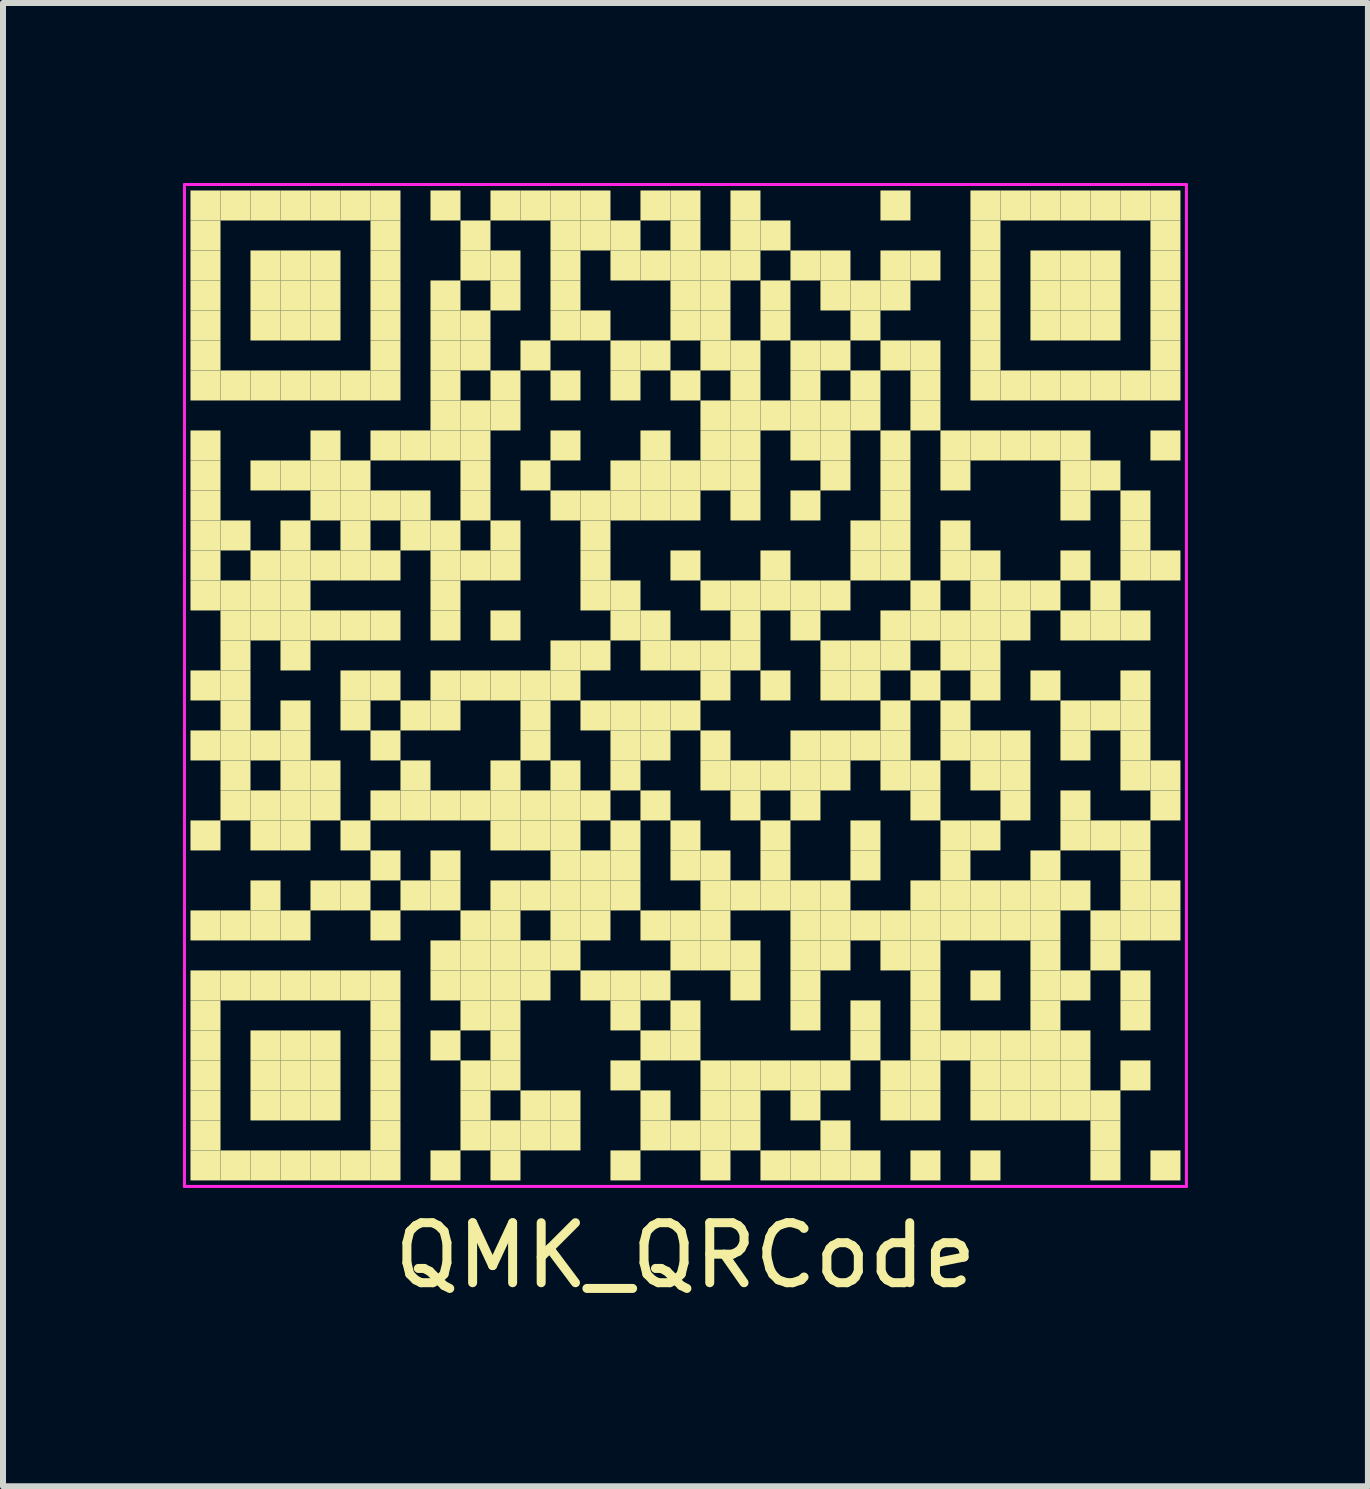
<source format=kicad_pcb>
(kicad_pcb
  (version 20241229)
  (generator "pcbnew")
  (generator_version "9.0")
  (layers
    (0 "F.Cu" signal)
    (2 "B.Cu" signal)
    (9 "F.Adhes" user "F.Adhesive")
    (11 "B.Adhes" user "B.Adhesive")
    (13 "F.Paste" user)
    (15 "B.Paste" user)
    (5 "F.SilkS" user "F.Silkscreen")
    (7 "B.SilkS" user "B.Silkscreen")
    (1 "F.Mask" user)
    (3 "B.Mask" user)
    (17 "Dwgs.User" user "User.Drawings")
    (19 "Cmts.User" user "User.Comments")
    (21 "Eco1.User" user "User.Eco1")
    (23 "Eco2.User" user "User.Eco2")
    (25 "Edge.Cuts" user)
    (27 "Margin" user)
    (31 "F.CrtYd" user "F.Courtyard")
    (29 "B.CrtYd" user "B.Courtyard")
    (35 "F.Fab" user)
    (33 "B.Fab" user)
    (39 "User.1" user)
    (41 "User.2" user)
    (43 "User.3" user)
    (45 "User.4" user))
  (footprint "QMK_QRCode"
    (layer "F.Cu")
    (at 8.375 8.375)
    (property "Reference" "QMK_QRCode" (at 0 9.5 0) (layer "F.SilkS") (effects (font (size 1 1) (thickness 0.15))))
    (attr exclude_from_pos_files exclude_from_bom)
    (fp_poly (pts (xy -7.75 -7.75) (xy -7.75 -8.25) (xy -8.25 -8.25) (xy -8.25 -7.75)) (stroke (width 0) (type solid)) (fill yes) (layer "F.SilkS"))
    (fp_poly (pts (xy -7.75 -7.25) (xy -7.75 -7.75) (xy -8.25 -7.75) (xy -8.25 -7.25)) (stroke (width 0) (type solid)) (fill yes) (layer "F.SilkS"))
    (fp_poly (pts (xy -7.75 -6.75) (xy -7.75 -7.25) (xy -8.25 -7.25) (xy -8.25 -6.75)) (stroke (width 0) (type solid)) (fill yes) (layer "F.SilkS"))
    (fp_poly (pts (xy -7.75 -6.25) (xy -7.75 -6.75) (xy -8.25 -6.75) (xy -8.25 -6.25)) (stroke (width 0) (type solid)) (fill yes) (layer "F.SilkS"))
    (fp_poly (pts (xy -7.75 -5.75) (xy -7.75 -6.25) (xy -8.25 -6.25) (xy -8.25 -5.75)) (stroke (width 0) (type solid)) (fill yes) (layer "F.SilkS"))
    (fp_poly (pts (xy -7.75 -5.25) (xy -7.75 -5.75) (xy -8.25 -5.75) (xy -8.25 -5.25)) (stroke (width 0) (type solid)) (fill yes) (layer "F.SilkS"))
    (fp_poly (pts (xy -7.75 -4.75) (xy -7.75 -5.25) (xy -8.25 -5.25) (xy -8.25 -4.75)) (stroke (width 0) (type solid)) (fill yes) (layer "F.SilkS"))
    (fp_poly (pts (xy -7.75 -3.75) (xy -7.75 -4.25) (xy -8.25 -4.25) (xy -8.25 -3.75)) (stroke (width 0) (type solid)) (fill yes) (layer "F.SilkS"))
    (fp_poly (pts (xy -7.75 -3.25) (xy -7.75 -3.75) (xy -8.25 -3.75) (xy -8.25 -3.25)) (stroke (width 0) (type solid)) (fill yes) (layer "F.SilkS"))
    (fp_poly (pts (xy -7.75 -2.75) (xy -7.75 -3.25) (xy -8.25 -3.25) (xy -8.25 -2.75)) (stroke (width 0) (type solid)) (fill yes) (layer "F.SilkS"))
    (fp_poly (pts (xy -7.75 -2.25) (xy -7.75 -2.75) (xy -8.25 -2.75) (xy -8.25 -2.25)) (stroke (width 0) (type solid)) (fill yes) (layer "F.SilkS"))
    (fp_poly (pts (xy -7.75 -1.75) (xy -7.75 -2.25) (xy -8.25 -2.25) (xy -8.25 -1.75)) (stroke (width 0) (type solid)) (fill yes) (layer "F.SilkS"))
    (fp_poly (pts (xy -7.75 -1.25) (xy -7.75 -1.75) (xy -8.25 -1.75) (xy -8.25 -1.25)) (stroke (width 0) (type solid)) (fill yes) (layer "F.SilkS"))
    (fp_poly (pts (xy -7.75 0.25) (xy -7.75 -0.25) (xy -8.25 -0.25) (xy -8.25 0.25)) (stroke (width 0) (type solid)) (fill yes) (layer "F.SilkS"))
    (fp_poly (pts (xy -7.75 1.25) (xy -7.75 0.75) (xy -8.25 0.75) (xy -8.25 1.25)) (stroke (width 0) (type solid)) (fill yes) (layer "F.SilkS"))
    (fp_poly (pts (xy -7.75 2.75) (xy -7.75 2.25) (xy -8.25 2.25) (xy -8.25 2.75)) (stroke (width 0) (type solid)) (fill yes) (layer "F.SilkS"))
    (fp_poly (pts (xy -7.75 4.25) (xy -7.75 3.75) (xy -8.25 3.75) (xy -8.25 4.25)) (stroke (width 0) (type solid)) (fill yes) (layer "F.SilkS"))
    (fp_poly (pts (xy -7.75 5.25) (xy -7.75 4.75) (xy -8.25 4.75) (xy -8.25 5.25)) (stroke (width 0) (type solid)) (fill yes) (layer "F.SilkS"))
    (fp_poly (pts (xy -7.75 5.75) (xy -7.75 5.25) (xy -8.25 5.25) (xy -8.25 5.75)) (stroke (width 0) (type solid)) (fill yes) (layer "F.SilkS"))
    (fp_poly (pts (xy -7.75 6.25) (xy -7.75 5.75) (xy -8.25 5.75) (xy -8.25 6.25)) (stroke (width 0) (type solid)) (fill yes) (layer "F.SilkS"))
    (fp_poly (pts (xy -7.75 6.75) (xy -7.75 6.25) (xy -8.25 6.25) (xy -8.25 6.75)) (stroke (width 0) (type solid)) (fill yes) (layer "F.SilkS"))
    (fp_poly (pts (xy -7.75 7.25) (xy -7.75 6.75) (xy -8.25 6.75) (xy -8.25 7.25)) (stroke (width 0) (type solid)) (fill yes) (layer "F.SilkS"))
    (fp_poly (pts (xy -7.75 7.75) (xy -7.75 7.25) (xy -8.25 7.25) (xy -8.25 7.75)) (stroke (width 0) (type solid)) (fill yes) (layer "F.SilkS"))
    (fp_poly (pts (xy -7.75 8.25) (xy -7.75 7.75) (xy -8.25 7.75) (xy -8.25 8.25)) (stroke (width 0) (type solid)) (fill yes) (layer "F.SilkS"))
    (fp_poly (pts (xy -7.25 -7.75) (xy -7.25 -8.25) (xy -7.75 -8.25) (xy -7.75 -7.75)) (stroke (width 0) (type solid)) (fill yes) (layer "F.SilkS"))
    (fp_poly (pts (xy -7.25 -4.75) (xy -7.25 -5.25) (xy -7.75 -5.25) (xy -7.75 -4.75)) (stroke (width 0) (type solid)) (fill yes) (layer "F.SilkS"))
    (fp_poly (pts (xy -7.25 -2.25) (xy -7.25 -2.75) (xy -7.75 -2.75) (xy -7.75 -2.25)) (stroke (width 0) (type solid)) (fill yes) (layer "F.SilkS"))
    (fp_poly (pts (xy -7.25 -1.25) (xy -7.25 -1.75) (xy -7.75 -1.75) (xy -7.75 -1.25)) (stroke (width 0) (type solid)) (fill yes) (layer "F.SilkS"))
    (fp_poly (pts (xy -7.25 -0.75) (xy -7.25 -1.25) (xy -7.75 -1.25) (xy -7.75 -0.75)) (stroke (width 0) (type solid)) (fill yes) (layer "F.SilkS"))
    (fp_poly (pts (xy -7.25 -0.25) (xy -7.25 -0.75) (xy -7.75 -0.75) (xy -7.75 -0.25)) (stroke (width 0) (type solid)) (fill yes) (layer "F.SilkS"))
    (fp_poly (pts (xy -7.25 0.25) (xy -7.25 -0.25) (xy -7.75 -0.25) (xy -7.75 0.25)) (stroke (width 0) (type solid)) (fill yes) (layer "F.SilkS"))
    (fp_poly (pts (xy -7.25 0.75) (xy -7.25 0.25) (xy -7.75 0.25) (xy -7.75 0.75)) (stroke (width 0) (type solid)) (fill yes) (layer "F.SilkS"))
    (fp_poly (pts (xy -7.25 1.25) (xy -7.25 0.75) (xy -7.75 0.75) (xy -7.75 1.25)) (stroke (width 0) (type solid)) (fill yes) (layer "F.SilkS"))
    (fp_poly (pts (xy -7.25 1.75) (xy -7.25 1.25) (xy -7.75 1.25) (xy -7.75 1.75)) (stroke (width 0) (type solid)) (fill yes) (layer "F.SilkS"))
    (fp_poly (pts (xy -7.25 2.25) (xy -7.25 1.75) (xy -7.75 1.75) (xy -7.75 2.25)) (stroke (width 0) (type solid)) (fill yes) (layer "F.SilkS"))
    (fp_poly (pts (xy -7.25 4.25) (xy -7.25 3.75) (xy -7.75 3.75) (xy -7.75 4.25)) (stroke (width 0) (type solid)) (fill yes) (layer "F.SilkS"))
    (fp_poly (pts (xy -7.25 5.25) (xy -7.25 4.75) (xy -7.75 4.75) (xy -7.75 5.25)) (stroke (width 0) (type solid)) (fill yes) (layer "F.SilkS"))
    (fp_poly (pts (xy -7.25 8.25) (xy -7.25 7.75) (xy -7.75 7.75) (xy -7.75 8.25)) (stroke (width 0) (type solid)) (fill yes) (layer "F.SilkS"))
    (fp_poly (pts (xy -6.75 -7.75) (xy -6.75 -8.25) (xy -7.25 -8.25) (xy -7.25 -7.75)) (stroke (width 0) (type solid)) (fill yes) (layer "F.SilkS"))
    (fp_poly (pts (xy -6.75 -6.75) (xy -6.75 -7.25) (xy -7.25 -7.25) (xy -7.25 -6.75)) (stroke (width 0) (type solid)) (fill yes) (layer "F.SilkS"))
    (fp_poly (pts (xy -6.75 -6.25) (xy -6.75 -6.75) (xy -7.25 -6.75) (xy -7.25 -6.25)) (stroke (width 0) (type solid)) (fill yes) (layer "F.SilkS"))
    (fp_poly (pts (xy -6.75 -5.75) (xy -6.75 -6.25) (xy -7.25 -6.25) (xy -7.25 -5.75)) (stroke (width 0) (type solid)) (fill yes) (layer "F.SilkS"))
    (fp_poly (pts (xy -6.75 -4.75) (xy -6.75 -5.25) (xy -7.25 -5.25) (xy -7.25 -4.75)) (stroke (width 0) (type solid)) (fill yes) (layer "F.SilkS"))
    (fp_poly (pts (xy -6.75 -3.25) (xy -6.75 -3.75) (xy -7.25 -3.75) (xy -7.25 -3.25)) (stroke (width 0) (type solid)) (fill yes) (layer "F.SilkS"))
    (fp_poly (pts (xy -6.75 -1.75) (xy -6.75 -2.25) (xy -7.25 -2.25) (xy -7.25 -1.75)) (stroke (width 0) (type solid)) (fill yes) (layer "F.SilkS"))
    (fp_poly (pts (xy -6.75 -1.25) (xy -6.75 -1.75) (xy -7.25 -1.75) (xy -7.25 -1.25)) (stroke (width 0) (type solid)) (fill yes) (layer "F.SilkS"))
    (fp_poly (pts (xy -6.75 -0.75) (xy -6.75 -1.25) (xy -7.25 -1.25) (xy -7.25 -0.75)) (stroke (width 0) (type solid)) (fill yes) (layer "F.SilkS"))
    (fp_poly (pts (xy -6.75 1.25) (xy -6.75 0.75) (xy -7.25 0.75) (xy -7.25 1.25)) (stroke (width 0) (type solid)) (fill yes) (layer "F.SilkS"))
    (fp_poly (pts (xy -6.75 2.25) (xy -6.75 1.75) (xy -7.25 1.75) (xy -7.25 2.25)) (stroke (width 0) (type solid)) (fill yes) (layer "F.SilkS"))
    (fp_poly (pts (xy -6.75 2.75) (xy -6.75 2.25) (xy -7.25 2.25) (xy -7.25 2.75)) (stroke (width 0) (type solid)) (fill yes) (layer "F.SilkS"))
    (fp_poly (pts (xy -6.75 3.75) (xy -6.75 3.25) (xy -7.25 3.25) (xy -7.25 3.75)) (stroke (width 0) (type solid)) (fill yes) (layer "F.SilkS"))
    (fp_poly (pts (xy -6.75 4.25) (xy -6.75 3.75) (xy -7.25 3.75) (xy -7.25 4.25)) (stroke (width 0) (type solid)) (fill yes) (layer "F.SilkS"))
    (fp_poly (pts (xy -6.75 5.25) (xy -6.75 4.75) (xy -7.25 4.75) (xy -7.25 5.25)) (stroke (width 0) (type solid)) (fill yes) (layer "F.SilkS"))
    (fp_poly (pts (xy -6.75 6.25) (xy -6.75 5.75) (xy -7.25 5.75) (xy -7.25 6.25)) (stroke (width 0) (type solid)) (fill yes) (layer "F.SilkS"))
    (fp_poly (pts (xy -6.75 6.75) (xy -6.75 6.25) (xy -7.25 6.25) (xy -7.25 6.75)) (stroke (width 0) (type solid)) (fill yes) (layer "F.SilkS"))
    (fp_poly (pts (xy -6.75 7.25) (xy -6.75 6.75) (xy -7.25 6.75) (xy -7.25 7.25)) (stroke (width 0) (type solid)) (fill yes) (layer "F.SilkS"))
    (fp_poly (pts (xy -6.75 8.25) (xy -6.75 7.75) (xy -7.25 7.75) (xy -7.25 8.25)) (stroke (width 0) (type solid)) (fill yes) (layer "F.SilkS"))
    (fp_poly (pts (xy -6.25 -7.75) (xy -6.25 -8.25) (xy -6.75 -8.25) (xy -6.75 -7.75)) (stroke (width 0) (type solid)) (fill yes) (layer "F.SilkS"))
    (fp_poly (pts (xy -6.25 -6.75) (xy -6.25 -7.25) (xy -6.75 -7.25) (xy -6.75 -6.75)) (stroke (width 0) (type solid)) (fill yes) (layer "F.SilkS"))
    (fp_poly (pts (xy -6.25 -6.25) (xy -6.25 -6.75) (xy -6.75 -6.75) (xy -6.75 -6.25)) (stroke (width 0) (type solid)) (fill yes) (layer "F.SilkS"))
    (fp_poly (pts (xy -6.25 -5.75) (xy -6.25 -6.25) (xy -6.75 -6.25) (xy -6.75 -5.75)) (stroke (width 0) (type solid)) (fill yes) (layer "F.SilkS"))
    (fp_poly (pts (xy -6.25 -4.75) (xy -6.25 -5.25) (xy -6.75 -5.25) (xy -6.75 -4.75)) (stroke (width 0) (type solid)) (fill yes) (layer "F.SilkS"))
    (fp_poly (pts (xy -6.25 -3.25) (xy -6.25 -3.75) (xy -6.75 -3.75) (xy -6.75 -3.25)) (stroke (width 0) (type solid)) (fill yes) (layer "F.SilkS"))
    (fp_poly (pts (xy -6.25 -2.25) (xy -6.25 -2.75) (xy -6.75 -2.75) (xy -6.75 -2.25)) (stroke (width 0) (type solid)) (fill yes) (layer "F.SilkS"))
    (fp_poly (pts (xy -6.25 -1.75) (xy -6.25 -2.25) (xy -6.75 -2.25) (xy -6.75 -1.75)) (stroke (width 0) (type solid)) (fill yes) (layer "F.SilkS"))
    (fp_poly (pts (xy -6.25 -1.25) (xy -6.25 -1.75) (xy -6.75 -1.75) (xy -6.75 -1.25)) (stroke (width 0) (type solid)) (fill yes) (layer "F.SilkS"))
    (fp_poly (pts (xy -6.25 -0.75) (xy -6.25 -1.25) (xy -6.75 -1.25) (xy -6.75 -0.75)) (stroke (width 0) (type solid)) (fill yes) (layer "F.SilkS"))
    (fp_poly (pts (xy -6.25 -0.25) (xy -6.25 -0.75) (xy -6.75 -0.75) (xy -6.75 -0.25)) (stroke (width 0) (type solid)) (fill yes) (layer "F.SilkS"))
    (fp_poly (pts (xy -6.25 0.75) (xy -6.25 0.25) (xy -6.75 0.25) (xy -6.75 0.75)) (stroke (width 0) (type solid)) (fill yes) (layer "F.SilkS"))
    (fp_poly (pts (xy -6.25 1.25) (xy -6.25 0.75) (xy -6.75 0.75) (xy -6.75 1.25)) (stroke (width 0) (type solid)) (fill yes) (layer "F.SilkS"))
    (fp_poly (pts (xy -6.25 1.75) (xy -6.25 1.25) (xy -6.75 1.25) (xy -6.75 1.75)) (stroke (width 0) (type solid)) (fill yes) (layer "F.SilkS"))
    (fp_poly (pts (xy -6.25 2.25) (xy -6.25 1.75) (xy -6.75 1.75) (xy -6.75 2.25)) (stroke (width 0) (type solid)) (fill yes) (layer "F.SilkS"))
    (fp_poly (pts (xy -6.25 2.75) (xy -6.25 2.25) (xy -6.75 2.25) (xy -6.75 2.75)) (stroke (width 0) (type solid)) (fill yes) (layer "F.SilkS"))
    (fp_poly (pts (xy -6.25 4.25) (xy -6.25 3.75) (xy -6.75 3.75) (xy -6.75 4.25)) (stroke (width 0) (type solid)) (fill yes) (layer "F.SilkS"))
    (fp_poly (pts (xy -6.25 5.25) (xy -6.25 4.75) (xy -6.75 4.75) (xy -6.75 5.25)) (stroke (width 0) (type solid)) (fill yes) (layer "F.SilkS"))
    (fp_poly (pts (xy -6.25 6.25) (xy -6.25 5.75) (xy -6.75 5.75) (xy -6.75 6.25)) (stroke (width 0) (type solid)) (fill yes) (layer "F.SilkS"))
    (fp_poly (pts (xy -6.25 6.75) (xy -6.25 6.25) (xy -6.75 6.25) (xy -6.75 6.75)) (stroke (width 0) (type solid)) (fill yes) (layer "F.SilkS"))
    (fp_poly (pts (xy -6.25 7.25) (xy -6.25 6.75) (xy -6.75 6.75) (xy -6.75 7.25)) (stroke (width 0) (type solid)) (fill yes) (layer "F.SilkS"))
    (fp_poly (pts (xy -6.25 8.25) (xy -6.25 7.75) (xy -6.75 7.75) (xy -6.75 8.25)) (stroke (width 0) (type solid)) (fill yes) (layer "F.SilkS"))
    (fp_poly (pts (xy -5.75 -7.75) (xy -5.75 -8.25) (xy -6.25 -8.25) (xy -6.25 -7.75)) (stroke (width 0) (type solid)) (fill yes) (layer "F.SilkS"))
    (fp_poly (pts (xy -5.75 -6.75) (xy -5.75 -7.25) (xy -6.25 -7.25) (xy -6.25 -6.75)) (stroke (width 0) (type solid)) (fill yes) (layer "F.SilkS"))
    (fp_poly (pts (xy -5.75 -6.25) (xy -5.75 -6.75) (xy -6.25 -6.75) (xy -6.25 -6.25)) (stroke (width 0) (type solid)) (fill yes) (layer "F.SilkS"))
    (fp_poly (pts (xy -5.75 -5.75) (xy -5.75 -6.25) (xy -6.25 -6.25) (xy -6.25 -5.75)) (stroke (width 0) (type solid)) (fill yes) (layer "F.SilkS"))
    (fp_poly (pts (xy -5.75 -4.75) (xy -5.75 -5.25) (xy -6.25 -5.25) (xy -6.25 -4.75)) (stroke (width 0) (type solid)) (fill yes) (layer "F.SilkS"))
    (fp_poly (pts (xy -5.75 -3.75) (xy -5.75 -4.25) (xy -6.25 -4.25) (xy -6.25 -3.75)) (stroke (width 0) (type solid)) (fill yes) (layer "F.SilkS"))
    (fp_poly (pts (xy -5.75 -3.25) (xy -5.75 -3.75) (xy -6.25 -3.75) (xy -6.25 -3.25)) (stroke (width 0) (type solid)) (fill yes) (layer "F.SilkS"))
    (fp_poly (pts (xy -5.75 -2.75) (xy -5.75 -3.25) (xy -6.25 -3.25) (xy -6.25 -2.75)) (stroke (width 0) (type solid)) (fill yes) (layer "F.SilkS"))
    (fp_poly (pts (xy -5.75 -1.75) (xy -5.75 -2.25) (xy -6.25 -2.25) (xy -6.25 -1.75)) (stroke (width 0) (type solid)) (fill yes) (layer "F.SilkS"))
    (fp_poly (pts (xy -5.75 -0.75) (xy -5.75 -1.25) (xy -6.25 -1.25) (xy -6.25 -0.75)) (stroke (width 0) (type solid)) (fill yes) (layer "F.SilkS"))
    (fp_poly (pts (xy -5.75 1.75) (xy -5.75 1.25) (xy -6.25 1.25) (xy -6.25 1.75)) (stroke (width 0) (type solid)) (fill yes) (layer "F.SilkS"))
    (fp_poly (pts (xy -5.75 2.25) (xy -5.75 1.75) (xy -6.25 1.75) (xy -6.25 2.25)) (stroke (width 0) (type solid)) (fill yes) (layer "F.SilkS"))
    (fp_poly (pts (xy -5.75 3.75) (xy -5.75 3.25) (xy -6.25 3.25) (xy -6.25 3.75)) (stroke (width 0) (type solid)) (fill yes) (layer "F.SilkS"))
    (fp_poly (pts (xy -5.75 5.25) (xy -5.75 4.75) (xy -6.25 4.75) (xy -6.25 5.25)) (stroke (width 0) (type solid)) (fill yes) (layer "F.SilkS"))
    (fp_poly (pts (xy -5.75 6.25) (xy -5.75 5.75) (xy -6.25 5.75) (xy -6.25 6.25)) (stroke (width 0) (type solid)) (fill yes) (layer "F.SilkS"))
    (fp_poly (pts (xy -5.75 6.75) (xy -5.75 6.25) (xy -6.25 6.25) (xy -6.25 6.75)) (stroke (width 0) (type solid)) (fill yes) (layer "F.SilkS"))
    (fp_poly (pts (xy -5.75 7.25) (xy -5.75 6.75) (xy -6.25 6.75) (xy -6.25 7.25)) (stroke (width 0) (type solid)) (fill yes) (layer "F.SilkS"))
    (fp_poly (pts (xy -5.75 8.25) (xy -5.75 7.75) (xy -6.25 7.75) (xy -6.25 8.25)) (stroke (width 0) (type solid)) (fill yes) (layer "F.SilkS"))
    (fp_poly (pts (xy -5.25 -7.75) (xy -5.25 -8.25) (xy -5.75 -8.25) (xy -5.75 -7.75)) (stroke (width 0) (type solid)) (fill yes) (layer "F.SilkS"))
    (fp_poly (pts (xy -5.25 -4.75) (xy -5.25 -5.25) (xy -5.75 -5.25) (xy -5.75 -4.75)) (stroke (width 0) (type solid)) (fill yes) (layer "F.SilkS"))
    (fp_poly (pts (xy -5.25 -3.25) (xy -5.25 -3.75) (xy -5.75 -3.75) (xy -5.75 -3.25)) (stroke (width 0) (type solid)) (fill yes) (layer "F.SilkS"))
    (fp_poly (pts (xy -5.25 -2.75) (xy -5.25 -3.25) (xy -5.75 -3.25) (xy -5.75 -2.75)) (stroke (width 0) (type solid)) (fill yes) (layer "F.SilkS"))
    (fp_poly (pts (xy -5.25 -2.25) (xy -5.25 -2.75) (xy -5.75 -2.75) (xy -5.75 -2.25)) (stroke (width 0) (type solid)) (fill yes) (layer "F.SilkS"))
    (fp_poly (pts (xy -5.25 -1.75) (xy -5.25 -2.25) (xy -5.75 -2.25) (xy -5.75 -1.75)) (stroke (width 0) (type solid)) (fill yes) (layer "F.SilkS"))
    (fp_poly (pts (xy -5.25 -0.75) (xy -5.25 -1.25) (xy -5.75 -1.25) (xy -5.75 -0.75)) (stroke (width 0) (type solid)) (fill yes) (layer "F.SilkS"))
    (fp_poly (pts (xy -5.25 0.25) (xy -5.25 -0.25) (xy -5.75 -0.25) (xy -5.75 0.25)) (stroke (width 0) (type solid)) (fill yes) (layer "F.SilkS"))
    (fp_poly (pts (xy -5.25 0.75) (xy -5.25 0.25) (xy -5.75 0.25) (xy -5.75 0.75)) (stroke (width 0) (type solid)) (fill yes) (layer "F.SilkS"))
    (fp_poly (pts (xy -5.25 2.75) (xy -5.25 2.25) (xy -5.75 2.25) (xy -5.75 2.75)) (stroke (width 0) (type solid)) (fill yes) (layer "F.SilkS"))
    (fp_poly (pts (xy -5.25 3.75) (xy -5.25 3.25) (xy -5.75 3.25) (xy -5.75 3.75)) (stroke (width 0) (type solid)) (fill yes) (layer "F.SilkS"))
    (fp_poly (pts (xy -5.25 5.25) (xy -5.25 4.75) (xy -5.75 4.75) (xy -5.75 5.25)) (stroke (width 0) (type solid)) (fill yes) (layer "F.SilkS"))
    (fp_poly (pts (xy -5.25 8.25) (xy -5.25 7.75) (xy -5.75 7.75) (xy -5.75 8.25)) (stroke (width 0) (type solid)) (fill yes) (layer "F.SilkS"))
    (fp_poly (pts (xy -4.75 -7.75) (xy -4.75 -8.25) (xy -5.25 -8.25) (xy -5.25 -7.75)) (stroke (width 0) (type solid)) (fill yes) (layer "F.SilkS"))
    (fp_poly (pts (xy -4.75 -7.25) (xy -4.75 -7.75) (xy -5.25 -7.75) (xy -5.25 -7.25)) (stroke (width 0) (type solid)) (fill yes) (layer "F.SilkS"))
    (fp_poly (pts (xy -4.75 -6.75) (xy -4.75 -7.25) (xy -5.25 -7.25) (xy -5.25 -6.75)) (stroke (width 0) (type solid)) (fill yes) (layer "F.SilkS"))
    (fp_poly (pts (xy -4.75 -6.25) (xy -4.75 -6.75) (xy -5.25 -6.75) (xy -5.25 -6.25)) (stroke (width 0) (type solid)) (fill yes) (layer "F.SilkS"))
    (fp_poly (pts (xy -4.75 -5.75) (xy -4.75 -6.25) (xy -5.25 -6.25) (xy -5.25 -5.75)) (stroke (width 0) (type solid)) (fill yes) (layer "F.SilkS"))
    (fp_poly (pts (xy -4.75 -5.25) (xy -4.75 -5.75) (xy -5.25 -5.75) (xy -5.25 -5.25)) (stroke (width 0) (type solid)) (fill yes) (layer "F.SilkS"))
    (fp_poly (pts (xy -4.75 -4.75) (xy -4.75 -5.25) (xy -5.25 -5.25) (xy -5.25 -4.75)) (stroke (width 0) (type solid)) (fill yes) (layer "F.SilkS"))
    (fp_poly (pts (xy -4.75 -3.75) (xy -4.75 -4.25) (xy -5.25 -4.25) (xy -5.25 -3.75)) (stroke (width 0) (type solid)) (fill yes) (layer "F.SilkS"))
    (fp_poly (pts (xy -4.75 -2.75) (xy -4.75 -3.25) (xy -5.25 -3.25) (xy -5.25 -2.75)) (stroke (width 0) (type solid)) (fill yes) (layer "F.SilkS"))
    (fp_poly (pts (xy -4.75 -1.75) (xy -4.75 -2.25) (xy -5.25 -2.25) (xy -5.25 -1.75)) (stroke (width 0) (type solid)) (fill yes) (layer "F.SilkS"))
    (fp_poly (pts (xy -4.75 -0.75) (xy -4.75 -1.25) (xy -5.25 -1.25) (xy -5.25 -0.75)) (stroke (width 0) (type solid)) (fill yes) (layer "F.SilkS"))
    (fp_poly (pts (xy -4.75 0.25) (xy -4.75 -0.25) (xy -5.25 -0.25) (xy -5.25 0.25)) (stroke (width 0) (type solid)) (fill yes) (layer "F.SilkS"))
    (fp_poly (pts (xy -4.75 1.25) (xy -4.75 0.75) (xy -5.25 0.75) (xy -5.25 1.25)) (stroke (width 0) (type solid)) (fill yes) (layer "F.SilkS"))
    (fp_poly (pts (xy -4.75 2.25) (xy -4.75 1.75) (xy -5.25 1.75) (xy -5.25 2.25)) (stroke (width 0) (type solid)) (fill yes) (layer "F.SilkS"))
    (fp_poly (pts (xy -4.75 3.25) (xy -4.75 2.75) (xy -5.25 2.75) (xy -5.25 3.25)) (stroke (width 0) (type solid)) (fill yes) (layer "F.SilkS"))
    (fp_poly (pts (xy -4.75 4.25) (xy -4.75 3.75) (xy -5.25 3.75) (xy -5.25 4.25)) (stroke (width 0) (type solid)) (fill yes) (layer "F.SilkS"))
    (fp_poly (pts (xy -4.75 5.25) (xy -4.75 4.75) (xy -5.25 4.75) (xy -5.25 5.25)) (stroke (width 0) (type solid)) (fill yes) (layer "F.SilkS"))
    (fp_poly (pts (xy -4.75 5.75) (xy -4.75 5.25) (xy -5.25 5.25) (xy -5.25 5.75)) (stroke (width 0) (type solid)) (fill yes) (layer "F.SilkS"))
    (fp_poly (pts (xy -4.75 6.25) (xy -4.75 5.75) (xy -5.25 5.75) (xy -5.25 6.25)) (stroke (width 0) (type solid)) (fill yes) (layer "F.SilkS"))
    (fp_poly (pts (xy -4.75 6.75) (xy -4.75 6.25) (xy -5.25 6.25) (xy -5.25 6.75)) (stroke (width 0) (type solid)) (fill yes) (layer "F.SilkS"))
    (fp_poly (pts (xy -4.75 7.25) (xy -4.75 6.75) (xy -5.25 6.75) (xy -5.25 7.25)) (stroke (width 0) (type solid)) (fill yes) (layer "F.SilkS"))
    (fp_poly (pts (xy -4.75 7.75) (xy -4.75 7.25) (xy -5.25 7.25) (xy -5.25 7.75)) (stroke (width 0) (type solid)) (fill yes) (layer "F.SilkS"))
    (fp_poly (pts (xy -4.75 8.25) (xy -4.75 7.75) (xy -5.25 7.75) (xy -5.25 8.25)) (stroke (width 0) (type solid)) (fill yes) (layer "F.SilkS"))
    (fp_poly (pts (xy -4.25 -3.75) (xy -4.25 -4.25) (xy -4.75 -4.25) (xy -4.75 -3.75)) (stroke (width 0) (type solid)) (fill yes) (layer "F.SilkS"))
    (fp_poly (pts (xy -4.25 -2.75) (xy -4.25 -3.25) (xy -4.75 -3.25) (xy -4.75 -2.75)) (stroke (width 0) (type solid)) (fill yes) (layer "F.SilkS"))
    (fp_poly (pts (xy -4.25 -2.25) (xy -4.25 -2.75) (xy -4.75 -2.75) (xy -4.75 -2.25)) (stroke (width 0) (type solid)) (fill yes) (layer "F.SilkS"))
    (fp_poly (pts (xy -4.25 0.75) (xy -4.25 0.25) (xy -4.75 0.25) (xy -4.75 0.75)) (stroke (width 0) (type solid)) (fill yes) (layer "F.SilkS"))
    (fp_poly (pts (xy -4.25 1.75) (xy -4.25 1.25) (xy -4.75 1.25) (xy -4.75 1.75)) (stroke (width 0) (type solid)) (fill yes) (layer "F.SilkS"))
    (fp_poly (pts (xy -4.25 2.25) (xy -4.25 1.75) (xy -4.75 1.75) (xy -4.75 2.25)) (stroke (width 0) (type solid)) (fill yes) (layer "F.SilkS"))
    (fp_poly (pts (xy -4.25 3.75) (xy -4.25 3.25) (xy -4.75 3.25) (xy -4.75 3.75)) (stroke (width 0) (type solid)) (fill yes) (layer "F.SilkS"))
    (fp_poly (pts (xy -3.75 -7.75) (xy -3.75 -8.25) (xy -4.25 -8.25) (xy -4.25 -7.75)) (stroke (width 0) (type solid)) (fill yes) (layer "F.SilkS"))
    (fp_poly (pts (xy -3.75 -6.25) (xy -3.75 -6.75) (xy -4.25 -6.75) (xy -4.25 -6.25)) (stroke (width 0) (type solid)) (fill yes) (layer "F.SilkS"))
    (fp_poly (pts (xy -3.75 -5.75) (xy -3.75 -6.25) (xy -4.25 -6.25) (xy -4.25 -5.75)) (stroke (width 0) (type solid)) (fill yes) (layer "F.SilkS"))
    (fp_poly (pts (xy -3.75 -5.25) (xy -3.75 -5.75) (xy -4.25 -5.75) (xy -4.25 -5.25)) (stroke (width 0) (type solid)) (fill yes) (layer "F.SilkS"))
    (fp_poly (pts (xy -3.75 -4.75) (xy -3.75 -5.25) (xy -4.25 -5.25) (xy -4.25 -4.75)) (stroke (width 0) (type solid)) (fill yes) (layer "F.SilkS"))
    (fp_poly (pts (xy -3.75 -4.25) (xy -3.75 -4.75) (xy -4.25 -4.75) (xy -4.25 -4.25)) (stroke (width 0) (type solid)) (fill yes) (layer "F.SilkS"))
    (fp_poly (pts (xy -3.75 -3.75) (xy -3.75 -4.25) (xy -4.25 -4.25) (xy -4.25 -3.75)) (stroke (width 0) (type solid)) (fill yes) (layer "F.SilkS"))
    (fp_poly (pts (xy -3.75 -2.25) (xy -3.75 -2.75) (xy -4.25 -2.75) (xy -4.25 -2.25)) (stroke (width 0) (type solid)) (fill yes) (layer "F.SilkS"))
    (fp_poly (pts (xy -3.75 -1.75) (xy -3.75 -2.25) (xy -4.25 -2.25) (xy -4.25 -1.75)) (stroke (width 0) (type solid)) (fill yes) (layer "F.SilkS"))
    (fp_poly (pts (xy -3.75 -1.25) (xy -3.75 -1.75) (xy -4.25 -1.75) (xy -4.25 -1.25)) (stroke (width 0) (type solid)) (fill yes) (layer "F.SilkS"))
    (fp_poly (pts (xy -3.75 -0.75) (xy -3.75 -1.25) (xy -4.25 -1.25) (xy -4.25 -0.75)) (stroke (width 0) (type solid)) (fill yes) (layer "F.SilkS"))
    (fp_poly (pts (xy -3.75 0.25) (xy -3.75 -0.25) (xy -4.25 -0.25) (xy -4.25 0.25)) (stroke (width 0) (type solid)) (fill yes) (layer "F.SilkS"))
    (fp_poly (pts (xy -3.75 0.75) (xy -3.75 0.25) (xy -4.25 0.25) (xy -4.25 0.75)) (stroke (width 0) (type solid)) (fill yes) (layer "F.SilkS"))
    (fp_poly (pts (xy -3.75 2.25) (xy -3.75 1.75) (xy -4.25 1.75) (xy -4.25 2.25)) (stroke (width 0) (type solid)) (fill yes) (layer "F.SilkS"))
    (fp_poly (pts (xy -3.75 3.25) (xy -3.75 2.75) (xy -4.25 2.75) (xy -4.25 3.25)) (stroke (width 0) (type solid)) (fill yes) (layer "F.SilkS"))
    (fp_poly (pts (xy -3.75 3.75) (xy -3.75 3.25) (xy -4.25 3.25) (xy -4.25 3.75)) (stroke (width 0) (type solid)) (fill yes) (layer "F.SilkS"))
    (fp_poly (pts (xy -3.75 4.75) (xy -3.75 4.25) (xy -4.25 4.25) (xy -4.25 4.75)) (stroke (width 0) (type solid)) (fill yes) (layer "F.SilkS"))
    (fp_poly (pts (xy -3.75 5.25) (xy -3.75 4.75) (xy -4.25 4.75) (xy -4.25 5.25)) (stroke (width 0) (type solid)) (fill yes) (layer "F.SilkS"))
    (fp_poly (pts (xy -3.75 6.25) (xy -3.75 5.75) (xy -4.25 5.75) (xy -4.25 6.25)) (stroke (width 0) (type solid)) (fill yes) (layer "F.SilkS"))
    (fp_poly (pts (xy -3.75 8.25) (xy -3.75 7.75) (xy -4.25 7.75) (xy -4.25 8.25)) (stroke (width 0) (type solid)) (fill yes) (layer "F.SilkS"))
    (fp_poly (pts (xy -3.25 -7.25) (xy -3.25 -7.75) (xy -3.75 -7.75) (xy -3.75 -7.25)) (stroke (width 0) (type solid)) (fill yes) (layer "F.SilkS"))
    (fp_poly (pts (xy -3.25 -6.75) (xy -3.25 -7.25) (xy -3.75 -7.25) (xy -3.75 -6.75)) (stroke (width 0) (type solid)) (fill yes) (layer "F.SilkS"))
    (fp_poly (pts (xy -3.25 -5.75) (xy -3.25 -6.25) (xy -3.75 -6.25) (xy -3.75 -5.75)) (stroke (width 0) (type solid)) (fill yes) (layer "F.SilkS"))
    (fp_poly (pts (xy -3.25 -5.25) (xy -3.25 -5.75) (xy -3.75 -5.75) (xy -3.75 -5.25)) (stroke (width 0) (type solid)) (fill yes) (layer "F.SilkS"))
    (fp_poly (pts (xy -3.25 -4.25) (xy -3.25 -4.75) (xy -3.75 -4.75) (xy -3.75 -4.25)) (stroke (width 0) (type solid)) (fill yes) (layer "F.SilkS"))
    (fp_poly (pts (xy -3.25 -3.75) (xy -3.25 -4.25) (xy -3.75 -4.25) (xy -3.75 -3.75)) (stroke (width 0) (type solid)) (fill yes) (layer "F.SilkS"))
    (fp_poly (pts (xy -3.25 -3.25) (xy -3.25 -3.75) (xy -3.75 -3.75) (xy -3.75 -3.25)) (stroke (width 0) (type solid)) (fill yes) (layer "F.SilkS"))
    (fp_poly (pts (xy -3.25 -2.75) (xy -3.25 -3.25) (xy -3.75 -3.25) (xy -3.75 -2.75)) (stroke (width 0) (type solid)) (fill yes) (layer "F.SilkS"))
    (fp_poly (pts (xy -3.25 -1.75) (xy -3.25 -2.25) (xy -3.75 -2.25) (xy -3.75 -1.75)) (stroke (width 0) (type solid)) (fill yes) (layer "F.SilkS"))
    (fp_poly (pts (xy -3.25 0.25) (xy -3.25 -0.25) (xy -3.75 -0.25) (xy -3.75 0.25)) (stroke (width 0) (type solid)) (fill yes) (layer "F.SilkS"))
    (fp_poly (pts (xy -3.25 2.25) (xy -3.25 1.75) (xy -3.75 1.75) (xy -3.75 2.25)) (stroke (width 0) (type solid)) (fill yes) (layer "F.SilkS"))
    (fp_poly (pts (xy -3.25 4.25) (xy -3.25 3.75) (xy -3.75 3.75) (xy -3.75 4.25)) (stroke (width 0) (type solid)) (fill yes) (layer "F.SilkS"))
    (fp_poly (pts (xy -3.25 4.75) (xy -3.25 4.25) (xy -3.75 4.25) (xy -3.75 4.75)) (stroke (width 0) (type solid)) (fill yes) (layer "F.SilkS"))
    (fp_poly (pts (xy -3.25 5.25) (xy -3.25 4.75) (xy -3.75 4.75) (xy -3.75 5.25)) (stroke (width 0) (type solid)) (fill yes) (layer "F.SilkS"))
    (fp_poly (pts (xy -3.25 5.75) (xy -3.25 5.25) (xy -3.75 5.25) (xy -3.75 5.75)) (stroke (width 0) (type solid)) (fill yes) (layer "F.SilkS"))
    (fp_poly (pts (xy -3.25 6.75) (xy -3.25 6.25) (xy -3.75 6.25) (xy -3.75 6.75)) (stroke (width 0) (type solid)) (fill yes) (layer "F.SilkS"))
    (fp_poly (pts (xy -3.25 7.25) (xy -3.25 6.75) (xy -3.75 6.75) (xy -3.75 7.25)) (stroke (width 0) (type solid)) (fill yes) (layer "F.SilkS"))
    (fp_poly (pts (xy -3.25 7.75) (xy -3.25 7.25) (xy -3.75 7.25) (xy -3.75 7.75)) (stroke (width 0) (type solid)) (fill yes) (layer "F.SilkS"))
    (fp_poly (pts (xy -2.75 -7.75) (xy -2.75 -8.25) (xy -3.25 -8.25) (xy -3.25 -7.75)) (stroke (width 0) (type solid)) (fill yes) (layer "F.SilkS"))
    (fp_poly (pts (xy -2.75 -6.75) (xy -2.75 -7.25) (xy -3.25 -7.25) (xy -3.25 -6.75)) (stroke (width 0) (type solid)) (fill yes) (layer "F.SilkS"))
    (fp_poly (pts (xy -2.75 -6.25) (xy -2.75 -6.75) (xy -3.25 -6.75) (xy -3.25 -6.25)) (stroke (width 0) (type solid)) (fill yes) (layer "F.SilkS"))
    (fp_poly (pts (xy -2.75 -4.75) (xy -2.75 -5.25) (xy -3.25 -5.25) (xy -3.25 -4.75)) (stroke (width 0) (type solid)) (fill yes) (layer "F.SilkS"))
    (fp_poly (pts (xy -2.75 -4.25) (xy -2.75 -4.75) (xy -3.25 -4.75) (xy -3.25 -4.25)) (stroke (width 0) (type solid)) (fill yes) (layer "F.SilkS"))
    (fp_poly (pts (xy -2.75 -2.25) (xy -2.75 -2.75) (xy -3.25 -2.75) (xy -3.25 -2.25)) (stroke (width 0) (type solid)) (fill yes) (layer "F.SilkS"))
    (fp_poly (pts (xy -2.75 -1.75) (xy -2.75 -2.25) (xy -3.25 -2.25) (xy -3.25 -1.75)) (stroke (width 0) (type solid)) (fill yes) (layer "F.SilkS"))
    (fp_poly (pts (xy -2.75 -0.75) (xy -2.75 -1.25) (xy -3.25 -1.25) (xy -3.25 -0.75)) (stroke (width 0) (type solid)) (fill yes) (layer "F.SilkS"))
    (fp_poly (pts (xy -2.75 0.25) (xy -2.75 -0.25) (xy -3.25 -0.25) (xy -3.25 0.25)) (stroke (width 0) (type solid)) (fill yes) (layer "F.SilkS"))
    (fp_poly (pts (xy -2.75 1.75) (xy -2.75 1.25) (xy -3.25 1.25) (xy -3.25 1.75)) (stroke (width 0) (type solid)) (fill yes) (layer "F.SilkS"))
    (fp_poly (pts (xy -2.75 2.25) (xy -2.75 1.75) (xy -3.25 1.75) (xy -3.25 2.25)) (stroke (width 0) (type solid)) (fill yes) (layer "F.SilkS"))
    (fp_poly (pts (xy -2.75 2.75) (xy -2.75 2.25) (xy -3.25 2.25) (xy -3.25 2.75)) (stroke (width 0) (type solid)) (fill yes) (layer "F.SilkS"))
    (fp_poly (pts (xy -2.75 3.75) (xy -2.75 3.25) (xy -3.25 3.25) (xy -3.25 3.75)) (stroke (width 0) (type solid)) (fill yes) (layer "F.SilkS"))
    (fp_poly (pts (xy -2.75 4.25) (xy -2.75 3.75) (xy -3.25 3.75) (xy -3.25 4.25)) (stroke (width 0) (type solid)) (fill yes) (layer "F.SilkS"))
    (fp_poly (pts (xy -2.75 4.75) (xy -2.75 4.25) (xy -3.25 4.25) (xy -3.25 4.75)) (stroke (width 0) (type solid)) (fill yes) (layer "F.SilkS"))
    (fp_poly (pts (xy -2.75 5.25) (xy -2.75 4.75) (xy -3.25 4.75) (xy -3.25 5.25)) (stroke (width 0) (type solid)) (fill yes) (layer "F.SilkS"))
    (fp_poly (pts (xy -2.75 5.75) (xy -2.75 5.25) (xy -3.25 5.25) (xy -3.25 5.75)) (stroke (width 0) (type solid)) (fill yes) (layer "F.SilkS"))
    (fp_poly (pts (xy -2.75 6.25) (xy -2.75 5.75) (xy -3.25 5.75) (xy -3.25 6.25)) (stroke (width 0) (type solid)) (fill yes) (layer "F.SilkS"))
    (fp_poly (pts (xy -2.75 6.75) (xy -2.75 6.25) (xy -3.25 6.25) (xy -3.25 6.75)) (stroke (width 0) (type solid)) (fill yes) (layer "F.SilkS"))
    (fp_poly (pts (xy -2.75 7.75) (xy -2.75 7.25) (xy -3.25 7.25) (xy -3.25 7.75)) (stroke (width 0) (type solid)) (fill yes) (layer "F.SilkS"))
    (fp_poly (pts (xy -2.75 8.25) (xy -2.75 7.75) (xy -3.25 7.75) (xy -3.25 8.25)) (stroke (width 0) (type solid)) (fill yes) (layer "F.SilkS"))
    (fp_poly (pts (xy -2.25 -7.75) (xy -2.25 -8.25) (xy -2.75 -8.25) (xy -2.75 -7.75)) (stroke (width 0) (type solid)) (fill yes) (layer "F.SilkS"))
    (fp_poly (pts (xy -2.25 -5.25) (xy -2.25 -5.75) (xy -2.75 -5.75) (xy -2.75 -5.25)) (stroke (width 0) (type solid)) (fill yes) (layer "F.SilkS"))
    (fp_poly (pts (xy -2.25 -3.25) (xy -2.25 -3.75) (xy -2.75 -3.75) (xy -2.75 -3.25)) (stroke (width 0) (type solid)) (fill yes) (layer "F.SilkS"))
    (fp_poly (pts (xy -2.25 0.25) (xy -2.25 -0.25) (xy -2.75 -0.25) (xy -2.75 0.25)) (stroke (width 0) (type solid)) (fill yes) (layer "F.SilkS"))
    (fp_poly (pts (xy -2.25 0.75) (xy -2.25 0.25) (xy -2.75 0.25) (xy -2.75 0.75)) (stroke (width 0) (type solid)) (fill yes) (layer "F.SilkS"))
    (fp_poly (pts (xy -2.25 1.25) (xy -2.25 0.75) (xy -2.75 0.75) (xy -2.75 1.25)) (stroke (width 0) (type solid)) (fill yes) (layer "F.SilkS"))
    (fp_poly (pts (xy -2.25 2.25) (xy -2.25 1.75) (xy -2.75 1.75) (xy -2.75 2.25)) (stroke (width 0) (type solid)) (fill yes) (layer "F.SilkS"))
    (fp_poly (pts (xy -2.25 2.75) (xy -2.25 2.25) (xy -2.75 2.25) (xy -2.75 2.75)) (stroke (width 0) (type solid)) (fill yes) (layer "F.SilkS"))
    (fp_poly (pts (xy -2.25 3.75) (xy -2.25 3.25) (xy -2.75 3.25) (xy -2.75 3.75)) (stroke (width 0) (type solid)) (fill yes) (layer "F.SilkS"))
    (fp_poly (pts (xy -2.25 4.75) (xy -2.25 4.25) (xy -2.75 4.25) (xy -2.75 4.75)) (stroke (width 0) (type solid)) (fill yes) (layer "F.SilkS"))
    (fp_poly (pts (xy -2.25 5.25) (xy -2.25 4.75) (xy -2.75 4.75) (xy -2.75 5.25)) (stroke (width 0) (type solid)) (fill yes) (layer "F.SilkS"))
    (fp_poly (pts (xy -2.25 7.25) (xy -2.25 6.75) (xy -2.75 6.75) (xy -2.75 7.25)) (stroke (width 0) (type solid)) (fill yes) (layer "F.SilkS"))
    (fp_poly (pts (xy -2.25 7.75) (xy -2.25 7.25) (xy -2.75 7.25) (xy -2.75 7.75)) (stroke (width 0) (type solid)) (fill yes) (layer "F.SilkS"))
    (fp_poly (pts (xy -1.75 -7.75) (xy -1.75 -8.25) (xy -2.25 -8.25) (xy -2.25 -7.75)) (stroke (width 0) (type solid)) (fill yes) (layer "F.SilkS"))
    (fp_poly (pts (xy -1.75 -7.25) (xy -1.75 -7.75) (xy -2.25 -7.75) (xy -2.25 -7.25)) (stroke (width 0) (type solid)) (fill yes) (layer "F.SilkS"))
    (fp_poly (pts (xy -1.75 -6.75) (xy -1.75 -7.25) (xy -2.25 -7.25) (xy -2.25 -6.75)) (stroke (width 0) (type solid)) (fill yes) (layer "F.SilkS"))
    (fp_poly (pts (xy -1.75 -6.25) (xy -1.75 -6.75) (xy -2.25 -6.75) (xy -2.25 -6.25)) (stroke (width 0) (type solid)) (fill yes) (layer "F.SilkS"))
    (fp_poly (pts (xy -1.75 -5.75) (xy -1.75 -6.25) (xy -2.25 -6.25) (xy -2.25 -5.75)) (stroke (width 0) (type solid)) (fill yes) (layer "F.SilkS"))
    (fp_poly (pts (xy -1.75 -4.75) (xy -1.75 -5.25) (xy -2.25 -5.25) (xy -2.25 -4.75)) (stroke (width 0) (type solid)) (fill yes) (layer "F.SilkS"))
    (fp_poly (pts (xy -1.75 -3.75) (xy -1.75 -4.25) (xy -2.25 -4.25) (xy -2.25 -3.75)) (stroke (width 0) (type solid)) (fill yes) (layer "F.SilkS"))
    (fp_poly (pts (xy -1.75 -2.75) (xy -1.75 -3.25) (xy -2.25 -3.25) (xy -2.25 -2.75)) (stroke (width 0) (type solid)) (fill yes) (layer "F.SilkS"))
    (fp_poly (pts (xy -1.75 -0.25) (xy -1.75 -0.75) (xy -2.25 -0.75) (xy -2.25 -0.25)) (stroke (width 0) (type solid)) (fill yes) (layer "F.SilkS"))
    (fp_poly (pts (xy -1.75 0.25) (xy -1.75 -0.25) (xy -2.25 -0.25) (xy -2.25 0.25)) (stroke (width 0) (type solid)) (fill yes) (layer "F.SilkS"))
    (fp_poly (pts (xy -1.75 1.75) (xy -1.75 1.25) (xy -2.25 1.25) (xy -2.25 1.75)) (stroke (width 0) (type solid)) (fill yes) (layer "F.SilkS"))
    (fp_poly (pts (xy -1.75 2.25) (xy -1.75 1.75) (xy -2.25 1.75) (xy -2.25 2.25)) (stroke (width 0) (type solid)) (fill yes) (layer "F.SilkS"))
    (fp_poly (pts (xy -1.75 2.75) (xy -1.75 2.25) (xy -2.25 2.25) (xy -2.25 2.75)) (stroke (width 0) (type solid)) (fill yes) (layer "F.SilkS"))
    (fp_poly (pts (xy -1.75 3.25) (xy -1.75 2.75) (xy -2.25 2.75) (xy -2.25 3.25)) (stroke (width 0) (type solid)) (fill yes) (layer "F.SilkS"))
    (fp_poly (pts (xy -1.75 3.75) (xy -1.75 3.25) (xy -2.25 3.25) (xy -2.25 3.75)) (stroke (width 0) (type solid)) (fill yes) (layer "F.SilkS"))
    (fp_poly (pts (xy -1.75 4.25) (xy -1.75 3.75) (xy -2.25 3.75) (xy -2.25 4.25)) (stroke (width 0) (type solid)) (fill yes) (layer "F.SilkS"))
    (fp_poly (pts (xy -1.75 4.75) (xy -1.75 4.25) (xy -2.25 4.25) (xy -2.25 4.75)) (stroke (width 0) (type solid)) (fill yes) (layer "F.SilkS"))
    (fp_poly (pts (xy -1.75 7.25) (xy -1.75 6.75) (xy -2.25 6.75) (xy -2.25 7.25)) (stroke (width 0) (type solid)) (fill yes) (layer "F.SilkS"))
    (fp_poly (pts (xy -1.75 7.75) (xy -1.75 7.25) (xy -2.25 7.25) (xy -2.25 7.75)) (stroke (width 0) (type solid)) (fill yes) (layer "F.SilkS"))
    (fp_poly (pts (xy -1.25 -7.75) (xy -1.25 -8.25) (xy -1.75 -8.25) (xy -1.75 -7.75)) (stroke (width 0) (type solid)) (fill yes) (layer "F.SilkS"))
    (fp_poly (pts (xy -1.25 -7.25) (xy -1.25 -7.75) (xy -1.75 -7.75) (xy -1.75 -7.25)) (stroke (width 0) (type solid)) (fill yes) (layer "F.SilkS"))
    (fp_poly (pts (xy -1.25 -5.75) (xy -1.25 -6.25) (xy -1.75 -6.25) (xy -1.75 -5.75)) (stroke (width 0) (type solid)) (fill yes) (layer "F.SilkS"))
    (fp_poly (pts (xy -1.25 -2.75) (xy -1.25 -3.25) (xy -1.75 -3.25) (xy -1.75 -2.75)) (stroke (width 0) (type solid)) (fill yes) (layer "F.SilkS"))
    (fp_poly (pts (xy -1.25 -2.25) (xy -1.25 -2.75) (xy -1.75 -2.75) (xy -1.75 -2.25)) (stroke (width 0) (type solid)) (fill yes) (layer "F.SilkS"))
    (fp_poly (pts (xy -1.25 -1.75) (xy -1.25 -2.25) (xy -1.75 -2.25) (xy -1.75 -1.75)) (stroke (width 0) (type solid)) (fill yes) (layer "F.SilkS"))
    (fp_poly (pts (xy -1.25 -1.25) (xy -1.25 -1.75) (xy -1.75 -1.75) (xy -1.75 -1.25)) (stroke (width 0) (type solid)) (fill yes) (layer "F.SilkS"))
    (fp_poly (pts (xy -1.25 -0.25) (xy -1.25 -0.75) (xy -1.75 -0.75) (xy -1.75 -0.25)) (stroke (width 0) (type solid)) (fill yes) (layer "F.SilkS"))
    (fp_poly (pts (xy -1.25 0.75) (xy -1.25 0.25) (xy -1.75 0.25) (xy -1.75 0.75)) (stroke (width 0) (type solid)) (fill yes) (layer "F.SilkS"))
    (fp_poly (pts (xy -1.25 2.25) (xy -1.25 1.75) (xy -1.75 1.75) (xy -1.75 2.25)) (stroke (width 0) (type solid)) (fill yes) (layer "F.SilkS"))
    (fp_poly (pts (xy -1.25 3.25) (xy -1.25 2.75) (xy -1.75 2.75) (xy -1.75 3.25)) (stroke (width 0) (type solid)) (fill yes) (layer "F.SilkS"))
    (fp_poly (pts (xy -1.25 3.75) (xy -1.25 3.25) (xy -1.75 3.25) (xy -1.75 3.75)) (stroke (width 0) (type solid)) (fill yes) (layer "F.SilkS"))
    (fp_poly (pts (xy -1.25 4.25) (xy -1.25 3.75) (xy -1.75 3.75) (xy -1.75 4.25)) (stroke (width 0) (type solid)) (fill yes) (layer "F.SilkS"))
    (fp_poly (pts (xy -1.25 5.25) (xy -1.25 4.75) (xy -1.75 4.75) (xy -1.75 5.25)) (stroke (width 0) (type solid)) (fill yes) (layer "F.SilkS"))
    (fp_poly (pts (xy -0.75 -7.25) (xy -0.75 -7.75) (xy -1.25 -7.75) (xy -1.25 -7.25)) (stroke (width 0) (type solid)) (fill yes) (layer "F.SilkS"))
    (fp_poly (pts (xy -0.75 -6.75) (xy -0.75 -7.25) (xy -1.25 -7.25) (xy -1.25 -6.75)) (stroke (width 0) (type solid)) (fill yes) (layer "F.SilkS"))
    (fp_poly (pts (xy -0.75 -5.25) (xy -0.75 -5.75) (xy -1.25 -5.75) (xy -1.25 -5.25)) (stroke (width 0) (type solid)) (fill yes) (layer "F.SilkS"))
    (fp_poly (pts (xy -0.75 -4.75) (xy -0.75 -5.25) (xy -1.25 -5.25) (xy -1.25 -4.75)) (stroke (width 0) (type solid)) (fill yes) (layer "F.SilkS"))
    (fp_poly (pts (xy -0.75 -3.25) (xy -0.75 -3.75) (xy -1.25 -3.75) (xy -1.25 -3.25)) (stroke (width 0) (type solid)) (fill yes) (layer "F.SilkS"))
    (fp_poly (pts (xy -0.75 -2.75) (xy -0.75 -3.25) (xy -1.25 -3.25) (xy -1.25 -2.75)) (stroke (width 0) (type solid)) (fill yes) (layer "F.SilkS"))
    (fp_poly (pts (xy -0.75 -1.25) (xy -0.75 -1.75) (xy -1.25 -1.75) (xy -1.25 -1.25)) (stroke (width 0) (type solid)) (fill yes) (layer "F.SilkS"))
    (fp_poly (pts (xy -0.75 -0.75) (xy -0.75 -1.25) (xy -1.25 -1.25) (xy -1.25 -0.75)) (stroke (width 0) (type solid)) (fill yes) (layer "F.SilkS"))
    (fp_poly (pts (xy -0.75 0.75) (xy -0.75 0.25) (xy -1.25 0.25) (xy -1.25 0.75)) (stroke (width 0) (type solid)) (fill yes) (layer "F.SilkS"))
    (fp_poly (pts (xy -0.75 1.25) (xy -0.75 0.75) (xy -1.25 0.75) (xy -1.25 1.25)) (stroke (width 0) (type solid)) (fill yes) (layer "F.SilkS"))
    (fp_poly (pts (xy -0.75 1.75) (xy -0.75 1.25) (xy -1.25 1.25) (xy -1.25 1.75)) (stroke (width 0) (type solid)) (fill yes) (layer "F.SilkS"))
    (fp_poly (pts (xy -0.75 2.75) (xy -0.75 2.25) (xy -1.25 2.25) (xy -1.25 2.75)) (stroke (width 0) (type solid)) (fill yes) (layer "F.SilkS"))
    (fp_poly (pts (xy -0.75 3.25) (xy -0.75 2.75) (xy -1.25 2.75) (xy -1.25 3.25)) (stroke (width 0) (type solid)) (fill yes) (layer "F.SilkS"))
    (fp_poly (pts (xy -0.75 3.75) (xy -0.75 3.25) (xy -1.25 3.25) (xy -1.25 3.75)) (stroke (width 0) (type solid)) (fill yes) (layer "F.SilkS"))
    (fp_poly (pts (xy -0.75 5.25) (xy -0.75 4.75) (xy -1.25 4.75) (xy -1.25 5.25)) (stroke (width 0) (type solid)) (fill yes) (layer "F.SilkS"))
    (fp_poly (pts (xy -0.75 5.75) (xy -0.75 5.25) (xy -1.25 5.25) (xy -1.25 5.75)) (stroke (width 0) (type solid)) (fill yes) (layer "F.SilkS"))
    (fp_poly (pts (xy -0.75 6.75) (xy -0.75 6.25) (xy -1.25 6.25) (xy -1.25 6.75)) (stroke (width 0) (type solid)) (fill yes) (layer "F.SilkS"))
    (fp_poly (pts (xy -0.75 8.25) (xy -0.75 7.75) (xy -1.25 7.75) (xy -1.25 8.25)) (stroke (width 0) (type solid)) (fill yes) (layer "F.SilkS"))
    (fp_poly (pts (xy -0.25 -7.75) (xy -0.25 -8.25) (xy -0.75 -8.25) (xy -0.75 -7.75)) (stroke (width 0) (type solid)) (fill yes) (layer "F.SilkS"))
    (fp_poly (pts (xy -0.25 -6.75) (xy -0.25 -7.25) (xy -0.75 -7.25) (xy -0.75 -6.75)) (stroke (width 0) (type solid)) (fill yes) (layer "F.SilkS"))
    (fp_poly (pts (xy -0.25 -5.25) (xy -0.25 -5.75) (xy -0.75 -5.75) (xy -0.75 -5.25)) (stroke (width 0) (type solid)) (fill yes) (layer "F.SilkS"))
    (fp_poly (pts (xy -0.25 -3.75) (xy -0.25 -4.25) (xy -0.75 -4.25) (xy -0.75 -3.75)) (stroke (width 0) (type solid)) (fill yes) (layer "F.SilkS"))
    (fp_poly (pts (xy -0.25 -3.25) (xy -0.25 -3.75) (xy -0.75 -3.75) (xy -0.75 -3.25)) (stroke (width 0) (type solid)) (fill yes) (layer "F.SilkS"))
    (fp_poly (pts (xy -0.25 -2.75) (xy -0.25 -3.25) (xy -0.75 -3.25) (xy -0.75 -2.75)) (stroke (width 0) (type solid)) (fill yes) (layer "F.SilkS"))
    (fp_poly (pts (xy -0.25 -0.75) (xy -0.25 -1.25) (xy -0.75 -1.25) (xy -0.75 -0.75)) (stroke (width 0) (type solid)) (fill yes) (layer "F.SilkS"))
    (fp_poly (pts (xy -0.25 -0.25) (xy -0.25 -0.75) (xy -0.75 -0.75) (xy -0.75 -0.25)) (stroke (width 0) (type solid)) (fill yes) (layer "F.SilkS"))
    (fp_poly (pts (xy -0.25 0.75) (xy -0.25 0.25) (xy -0.75 0.25) (xy -0.75 0.75)) (stroke (width 0) (type solid)) (fill yes) (layer "F.SilkS"))
    (fp_poly (pts (xy -0.25 1.25) (xy -0.25 0.75) (xy -0.75 0.75) (xy -0.75 1.25)) (stroke (width 0) (type solid)) (fill yes) (layer "F.SilkS"))
    (fp_poly (pts (xy -0.25 2.25) (xy -0.25 1.75) (xy -0.75 1.75) (xy -0.75 2.25)) (stroke (width 0) (type solid)) (fill yes) (layer "F.SilkS"))
    (fp_poly (pts (xy -0.25 4.25) (xy -0.25 3.75) (xy -0.75 3.75) (xy -0.75 4.25)) (stroke (width 0) (type solid)) (fill yes) (layer "F.SilkS"))
    (fp_poly (pts (xy -0.25 5.25) (xy -0.25 4.75) (xy -0.75 4.75) (xy -0.75 5.25)) (stroke (width 0) (type solid)) (fill yes) (layer "F.SilkS"))
    (fp_poly (pts (xy -0.25 6.25) (xy -0.25 5.75) (xy -0.75 5.75) (xy -0.75 6.25)) (stroke (width 0) (type solid)) (fill yes) (layer "F.SilkS"))
    (fp_poly (pts (xy -0.25 7.25) (xy -0.25 6.75) (xy -0.75 6.75) (xy -0.75 7.25)) (stroke (width 0) (type solid)) (fill yes) (layer "F.SilkS"))
    (fp_poly (pts (xy -0.25 7.75) (xy -0.25 7.25) (xy -0.75 7.25) (xy -0.75 7.75)) (stroke (width 0) (type solid)) (fill yes) (layer "F.SilkS"))
    (fp_poly (pts (xy 0.25 -7.75) (xy 0.25 -8.25) (xy -0.25 -8.25) (xy -0.25 -7.75)) (stroke (width 0) (type solid)) (fill yes) (layer "F.SilkS"))
    (fp_poly (pts (xy 0.25 -7.25) (xy 0.25 -7.75) (xy -0.25 -7.75) (xy -0.25 -7.25)) (stroke (width 0) (type solid)) (fill yes) (layer "F.SilkS"))
    (fp_poly (pts (xy 0.25 -6.75) (xy 0.25 -7.25) (xy -0.25 -7.25) (xy -0.25 -6.75)) (stroke (width 0) (type solid)) (fill yes) (layer "F.SilkS"))
    (fp_poly (pts (xy 0.25 -6.25) (xy 0.25 -6.75) (xy -0.25 -6.75) (xy -0.25 -6.25)) (stroke (width 0) (type solid)) (fill yes) (layer "F.SilkS"))
    (fp_poly (pts (xy 0.25 -5.75) (xy 0.25 -6.25) (xy -0.25 -6.25) (xy -0.25 -5.75)) (stroke (width 0) (type solid)) (fill yes) (layer "F.SilkS"))
    (fp_poly (pts (xy 0.25 -4.75) (xy 0.25 -5.25) (xy -0.25 -5.25) (xy -0.25 -4.75)) (stroke (width 0) (type solid)) (fill yes) (layer "F.SilkS"))
    (fp_poly (pts (xy 0.25 -3.25) (xy 0.25 -3.75) (xy -0.25 -3.75) (xy -0.25 -3.25)) (stroke (width 0) (type solid)) (fill yes) (layer "F.SilkS"))
    (fp_poly (pts (xy 0.25 -2.75) (xy 0.25 -3.25) (xy -0.25 -3.25) (xy -0.25 -2.75)) (stroke (width 0) (type solid)) (fill yes) (layer "F.SilkS"))
    (fp_poly (pts (xy 0.25 -1.75) (xy 0.25 -2.25) (xy -0.25 -2.25) (xy -0.25 -1.75)) (stroke (width 0) (type solid)) (fill yes) (layer "F.SilkS"))
    (fp_poly (pts (xy 0.25 -0.25) (xy 0.25 -0.75) (xy -0.25 -0.75) (xy -0.25 -0.25)) (stroke (width 0) (type solid)) (fill yes) (layer "F.SilkS"))
    (fp_poly (pts (xy 0.25 0.75) (xy 0.25 0.25) (xy -0.25 0.25) (xy -0.25 0.75)) (stroke (width 0) (type solid)) (fill yes) (layer "F.SilkS"))
    (fp_poly (pts (xy 0.25 2.75) (xy 0.25 2.25) (xy -0.25 2.25) (xy -0.25 2.75)) (stroke (width 0) (type solid)) (fill yes) (layer "F.SilkS"))
    (fp_poly (pts (xy 0.25 3.25) (xy 0.25 2.75) (xy -0.25 2.75) (xy -0.25 3.25)) (stroke (width 0) (type solid)) (fill yes) (layer "F.SilkS"))
    (fp_poly (pts (xy 0.25 4.25) (xy 0.25 3.75) (xy -0.25 3.75) (xy -0.25 4.25)) (stroke (width 0) (type solid)) (fill yes) (layer "F.SilkS"))
    (fp_poly (pts (xy 0.25 4.75) (xy 0.25 4.25) (xy -0.25 4.25) (xy -0.25 4.75)) (stroke (width 0) (type solid)) (fill yes) (layer "F.SilkS"))
    (fp_poly (pts (xy 0.25 5.75) (xy 0.25 5.25) (xy -0.25 5.25) (xy -0.25 5.75)) (stroke (width 0) (type solid)) (fill yes) (layer "F.SilkS"))
    (fp_poly (pts (xy 0.25 6.25) (xy 0.25 5.75) (xy -0.25 5.75) (xy -0.25 6.25)) (stroke (width 0) (type solid)) (fill yes) (layer "F.SilkS"))
    (fp_poly (pts (xy 0.25 7.75) (xy 0.25 7.25) (xy -0.25 7.25) (xy -0.25 7.75)) (stroke (width 0) (type solid)) (fill yes) (layer "F.SilkS"))
    (fp_poly (pts (xy 0.75 -6.75) (xy 0.75 -7.25) (xy 0.25 -7.25) (xy 0.25 -6.75)) (stroke (width 0) (type solid)) (fill yes) (layer "F.SilkS"))
    (fp_poly (pts (xy 0.75 -6.25) (xy 0.75 -6.75) (xy 0.25 -6.75) (xy 0.25 -6.25)) (stroke (width 0) (type solid)) (fill yes) (layer "F.SilkS"))
    (fp_poly (pts (xy 0.75 -5.75) (xy 0.75 -6.25) (xy 0.25 -6.25) (xy 0.25 -5.75)) (stroke (width 0) (type solid)) (fill yes) (layer "F.SilkS"))
    (fp_poly (pts (xy 0.75 -5.25) (xy 0.75 -5.75) (xy 0.25 -5.75) (xy 0.25 -5.25)) (stroke (width 0) (type solid)) (fill yes) (layer "F.SilkS"))
    (fp_poly (pts (xy 0.75 -4.25) (xy 0.75 -4.75) (xy 0.25 -4.75) (xy 0.25 -4.25)) (stroke (width 0) (type solid)) (fill yes) (layer "F.SilkS"))
    (fp_poly (pts (xy 0.75 -3.75) (xy 0.75 -4.25) (xy 0.25 -4.25) (xy 0.25 -3.75)) (stroke (width 0) (type solid)) (fill yes) (layer "F.SilkS"))
    (fp_poly (pts (xy 0.75 -3.25) (xy 0.75 -3.75) (xy 0.25 -3.75) (xy 0.25 -3.25)) (stroke (width 0) (type solid)) (fill yes) (layer "F.SilkS"))
    (fp_poly (pts (xy 0.75 -1.25) (xy 0.75 -1.75) (xy 0.25 -1.75) (xy 0.25 -1.25)) (stroke (width 0) (type solid)) (fill yes) (layer "F.SilkS"))
    (fp_poly (pts (xy 0.75 -0.25) (xy 0.75 -0.75) (xy 0.25 -0.75) (xy 0.25 -0.25)) (stroke (width 0) (type solid)) (fill yes) (layer "F.SilkS"))
    (fp_poly (pts (xy 0.75 0.25) (xy 0.75 -0.25) (xy 0.25 -0.25) (xy 0.25 0.25)) (stroke (width 0) (type solid)) (fill yes) (layer "F.SilkS"))
    (fp_poly (pts (xy 0.75 1.25) (xy 0.75 0.75) (xy 0.25 0.75) (xy 0.25 1.25)) (stroke (width 0) (type solid)) (fill yes) (layer "F.SilkS"))
    (fp_poly (pts (xy 0.75 1.75) (xy 0.75 1.25) (xy 0.25 1.25) (xy 0.25 1.75)) (stroke (width 0) (type solid)) (fill yes) (layer "F.SilkS"))
    (fp_poly (pts (xy 0.75 3.25) (xy 0.75 2.75) (xy 0.25 2.75) (xy 0.25 3.25)) (stroke (width 0) (type solid)) (fill yes) (layer "F.SilkS"))
    (fp_poly (pts (xy 0.75 3.75) (xy 0.75 3.25) (xy 0.25 3.25) (xy 0.25 3.75)) (stroke (width 0) (type solid)) (fill yes) (layer "F.SilkS"))
    (fp_poly (pts (xy 0.75 4.25) (xy 0.75 3.75) (xy 0.25 3.75) (xy 0.25 4.25)) (stroke (width 0) (type solid)) (fill yes) (layer "F.SilkS"))
    (fp_poly (pts (xy 0.75 4.75) (xy 0.75 4.25) (xy 0.25 4.25) (xy 0.25 4.75)) (stroke (width 0) (type solid)) (fill yes) (layer "F.SilkS"))
    (fp_poly (pts (xy 0.75 6.75) (xy 0.75 6.25) (xy 0.25 6.25) (xy 0.25 6.75)) (stroke (width 0) (type solid)) (fill yes) (layer "F.SilkS"))
    (fp_poly (pts (xy 0.75 7.25) (xy 0.75 6.75) (xy 0.25 6.75) (xy 0.25 7.25)) (stroke (width 0) (type solid)) (fill yes) (layer "F.SilkS"))
    (fp_poly (pts (xy 0.75 7.75) (xy 0.75 7.25) (xy 0.25 7.25) (xy 0.25 7.75)) (stroke (width 0) (type solid)) (fill yes) (layer "F.SilkS"))
    (fp_poly (pts (xy 0.75 8.25) (xy 0.75 7.75) (xy 0.25 7.75) (xy 0.25 8.25)) (stroke (width 0) (type solid)) (fill yes) (layer "F.SilkS"))
    (fp_poly (pts (xy 1.25 -7.75) (xy 1.25 -8.25) (xy 0.75 -8.25) (xy 0.75 -7.75)) (stroke (width 0) (type solid)) (fill yes) (layer "F.SilkS"))
    (fp_poly (pts (xy 1.25 -7.25) (xy 1.25 -7.75) (xy 0.75 -7.75) (xy 0.75 -7.25)) (stroke (width 0) (type solid)) (fill yes) (layer "F.SilkS"))
    (fp_poly (pts (xy 1.25 -6.75) (xy 1.25 -7.25) (xy 0.75 -7.25) (xy 0.75 -6.75)) (stroke (width 0) (type solid)) (fill yes) (layer "F.SilkS"))
    (fp_poly (pts (xy 1.25 -5.25) (xy 1.25 -5.75) (xy 0.75 -5.75) (xy 0.75 -5.25)) (stroke (width 0) (type solid)) (fill yes) (layer "F.SilkS"))
    (fp_poly (pts (xy 1.25 -4.75) (xy 1.25 -5.25) (xy 0.75 -5.25) (xy 0.75 -4.75)) (stroke (width 0) (type solid)) (fill yes) (layer "F.SilkS"))
    (fp_poly (pts (xy 1.25 -4.25) (xy 1.25 -4.75) (xy 0.75 -4.75) (xy 0.75 -4.25)) (stroke (width 0) (type solid)) (fill yes) (layer "F.SilkS"))
    (fp_poly (pts (xy 1.25 -3.75) (xy 1.25 -4.25) (xy 0.75 -4.25) (xy 0.75 -3.75)) (stroke (width 0) (type solid)) (fill yes) (layer "F.SilkS"))
    (fp_poly (pts (xy 1.25 -3.25) (xy 1.25 -3.75) (xy 0.75 -3.75) (xy 0.75 -3.25)) (stroke (width 0) (type solid)) (fill yes) (layer "F.SilkS"))
    (fp_poly (pts (xy 1.25 -2.75) (xy 1.25 -3.25) (xy 0.75 -3.25) (xy 0.75 -2.75)) (stroke (width 0) (type solid)) (fill yes) (layer "F.SilkS"))
    (fp_poly (pts (xy 1.25 -1.25) (xy 1.25 -1.75) (xy 0.75 -1.75) (xy 0.75 -1.25)) (stroke (width 0) (type solid)) (fill yes) (layer "F.SilkS"))
    (fp_poly (pts (xy 1.25 -0.75) (xy 1.25 -1.25) (xy 0.75 -1.25) (xy 0.75 -0.75)) (stroke (width 0) (type solid)) (fill yes) (layer "F.SilkS"))
    (fp_poly (pts (xy 1.25 -0.25) (xy 1.25 -0.75) (xy 0.75 -0.75) (xy 0.75 -0.25)) (stroke (width 0) (type solid)) (fill yes) (layer "F.SilkS"))
    (fp_poly (pts (xy 1.25 1.75) (xy 1.25 1.25) (xy 0.75 1.25) (xy 0.75 1.75)) (stroke (width 0) (type solid)) (fill yes) (layer "F.SilkS"))
    (fp_poly (pts (xy 1.25 2.25) (xy 1.25 1.75) (xy 0.75 1.75) (xy 0.75 2.25)) (stroke (width 0) (type solid)) (fill yes) (layer "F.SilkS"))
    (fp_poly (pts (xy 1.25 3.75) (xy 1.25 3.25) (xy 0.75 3.25) (xy 0.75 3.75)) (stroke (width 0) (type solid)) (fill yes) (layer "F.SilkS"))
    (fp_poly (pts (xy 1.25 4.75) (xy 1.25 4.25) (xy 0.75 4.25) (xy 0.75 4.75)) (stroke (width 0) (type solid)) (fill yes) (layer "F.SilkS"))
    (fp_poly (pts (xy 1.25 5.25) (xy 1.25 4.75) (xy 0.75 4.75) (xy 0.75 5.25)) (stroke (width 0) (type solid)) (fill yes) (layer "F.SilkS"))
    (fp_poly (pts (xy 1.25 6.75) (xy 1.25 6.25) (xy 0.75 6.25) (xy 0.75 6.75)) (stroke (width 0) (type solid)) (fill yes) (layer "F.SilkS"))
    (fp_poly (pts (xy 1.25 7.25) (xy 1.25 6.75) (xy 0.75 6.75) (xy 0.75 7.25)) (stroke (width 0) (type solid)) (fill yes) (layer "F.SilkS"))
    (fp_poly (pts (xy 1.25 7.75) (xy 1.25 7.25) (xy 0.75 7.25) (xy 0.75 7.75)) (stroke (width 0) (type solid)) (fill yes) (layer "F.SilkS"))
    (fp_poly (pts (xy 1.75 -7.25) (xy 1.75 -7.75) (xy 1.25 -7.75) (xy 1.25 -7.25)) (stroke (width 0) (type solid)) (fill yes) (layer "F.SilkS"))
    (fp_poly (pts (xy 1.75 -6.25) (xy 1.75 -6.75) (xy 1.25 -6.75) (xy 1.25 -6.25)) (stroke (width 0) (type solid)) (fill yes) (layer "F.SilkS"))
    (fp_poly (pts (xy 1.75 -5.75) (xy 1.75 -6.25) (xy 1.25 -6.25) (xy 1.25 -5.75)) (stroke (width 0) (type solid)) (fill yes) (layer "F.SilkS"))
    (fp_poly (pts (xy 1.75 -4.25) (xy 1.75 -4.75) (xy 1.25 -4.75) (xy 1.25 -4.25)) (stroke (width 0) (type solid)) (fill yes) (layer "F.SilkS"))
    (fp_poly (pts (xy 1.75 -1.75) (xy 1.75 -2.25) (xy 1.25 -2.25) (xy 1.25 -1.75)) (stroke (width 0) (type solid)) (fill yes) (layer "F.SilkS"))
    (fp_poly (pts (xy 1.75 -1.25) (xy 1.75 -1.75) (xy 1.25 -1.75) (xy 1.25 -1.25)) (stroke (width 0) (type solid)) (fill yes) (layer "F.SilkS"))
    (fp_poly (pts (xy 1.75 0.25) (xy 1.75 -0.25) (xy 1.25 -0.25) (xy 1.25 0.25)) (stroke (width 0) (type solid)) (fill yes) (layer "F.SilkS"))
    (fp_poly (pts (xy 1.75 1.75) (xy 1.75 1.25) (xy 1.25 1.25) (xy 1.25 1.75)) (stroke (width 0) (type solid)) (fill yes) (layer "F.SilkS"))
    (fp_poly (pts (xy 1.75 2.75) (xy 1.75 2.25) (xy 1.25 2.25) (xy 1.25 2.75)) (stroke (width 0) (type solid)) (fill yes) (layer "F.SilkS"))
    (fp_poly (pts (xy 1.75 3.25) (xy 1.75 2.75) (xy 1.25 2.75) (xy 1.25 3.25)) (stroke (width 0) (type solid)) (fill yes) (layer "F.SilkS"))
    (fp_poly (pts (xy 1.75 3.75) (xy 1.75 3.25) (xy 1.25 3.25) (xy 1.25 3.75)) (stroke (width 0) (type solid)) (fill yes) (layer "F.SilkS"))
    (fp_poly (pts (xy 1.75 6.75) (xy 1.75 6.25) (xy 1.25 6.25) (xy 1.25 6.75)) (stroke (width 0) (type solid)) (fill yes) (layer "F.SilkS"))
    (fp_poly (pts (xy 1.75 8.25) (xy 1.75 7.75) (xy 1.25 7.75) (xy 1.25 8.25)) (stroke (width 0) (type solid)) (fill yes) (layer "F.SilkS"))
    (fp_poly (pts (xy 2.25 -6.75) (xy 2.25 -7.25) (xy 1.75 -7.25) (xy 1.75 -6.75)) (stroke (width 0) (type solid)) (fill yes) (layer "F.SilkS"))
    (fp_poly (pts (xy 2.25 -5.25) (xy 2.25 -5.75) (xy 1.75 -5.75) (xy 1.75 -5.25)) (stroke (width 0) (type solid)) (fill yes) (layer "F.SilkS"))
    (fp_poly (pts (xy 2.25 -4.75) (xy 2.25 -5.25) (xy 1.75 -5.25) (xy 1.75 -4.75)) (stroke (width 0) (type solid)) (fill yes) (layer "F.SilkS"))
    (fp_poly (pts (xy 2.25 -4.25) (xy 2.25 -4.75) (xy 1.75 -4.75) (xy 1.75 -4.25)) (stroke (width 0) (type solid)) (fill yes) (layer "F.SilkS"))
    (fp_poly (pts (xy 2.25 -3.75) (xy 2.25 -4.25) (xy 1.75 -4.25) (xy 1.75 -3.75)) (stroke (width 0) (type solid)) (fill yes) (layer "F.SilkS"))
    (fp_poly (pts (xy 2.25 -2.75) (xy 2.25 -3.25) (xy 1.75 -3.25) (xy 1.75 -2.75)) (stroke (width 0) (type solid)) (fill yes) (layer "F.SilkS"))
    (fp_poly (pts (xy 2.25 -1.25) (xy 2.25 -1.75) (xy 1.75 -1.75) (xy 1.75 -1.25)) (stroke (width 0) (type solid)) (fill yes) (layer "F.SilkS"))
    (fp_poly (pts (xy 2.25 -0.75) (xy 2.25 -1.25) (xy 1.75 -1.25) (xy 1.75 -0.75)) (stroke (width 0) (type solid)) (fill yes) (layer "F.SilkS"))
    (fp_poly (pts (xy 2.25 1.25) (xy 2.25 0.75) (xy 1.75 0.75) (xy 1.75 1.25)) (stroke (width 0) (type solid)) (fill yes) (layer "F.SilkS"))
    (fp_poly (pts (xy 2.25 1.75) (xy 2.25 1.25) (xy 1.75 1.25) (xy 1.75 1.75)) (stroke (width 0) (type solid)) (fill yes) (layer "F.SilkS"))
    (fp_poly (pts (xy 2.25 2.25) (xy 2.25 1.75) (xy 1.75 1.75) (xy 1.75 2.25)) (stroke (width 0) (type solid)) (fill yes) (layer "F.SilkS"))
    (fp_poly (pts (xy 2.25 3.75) (xy 2.25 3.25) (xy 1.75 3.25) (xy 1.75 3.75)) (stroke (width 0) (type solid)) (fill yes) (layer "F.SilkS"))
    (fp_poly (pts (xy 2.25 4.25) (xy 2.25 3.75) (xy 1.75 3.75) (xy 1.75 4.25)) (stroke (width 0) (type solid)) (fill yes) (layer "F.SilkS"))
    (fp_poly (pts (xy 2.25 4.75) (xy 2.25 4.25) (xy 1.75 4.25) (xy 1.75 4.75)) (stroke (width 0) (type solid)) (fill yes) (layer "F.SilkS"))
    (fp_poly (pts (xy 2.25 5.25) (xy 2.25 4.75) (xy 1.75 4.75) (xy 1.75 5.25)) (stroke (width 0) (type solid)) (fill yes) (layer "F.SilkS"))
    (fp_poly (pts (xy 2.25 5.75) (xy 2.25 5.25) (xy 1.75 5.25) (xy 1.75 5.75)) (stroke (width 0) (type solid)) (fill yes) (layer "F.SilkS"))
    (fp_poly (pts (xy 2.25 6.75) (xy 2.25 6.25) (xy 1.75 6.25) (xy 1.75 6.75)) (stroke (width 0) (type solid)) (fill yes) (layer "F.SilkS"))
    (fp_poly (pts (xy 2.25 7.25) (xy 2.25 6.75) (xy 1.75 6.75) (xy 1.75 7.25)) (stroke (width 0) (type solid)) (fill yes) (layer "F.SilkS"))
    (fp_poly (pts (xy 2.25 8.25) (xy 2.25 7.75) (xy 1.75 7.75) (xy 1.75 8.25)) (stroke (width 0) (type solid)) (fill yes) (layer "F.SilkS"))
    (fp_poly (pts (xy 2.75 -6.75) (xy 2.75 -7.25) (xy 2.25 -7.25) (xy 2.25 -6.75)) (stroke (width 0) (type solid)) (fill yes) (layer "F.SilkS"))
    (fp_poly (pts (xy 2.75 -6.25) (xy 2.75 -6.75) (xy 2.25 -6.75) (xy 2.25 -6.25)) (stroke (width 0) (type solid)) (fill yes) (layer "F.SilkS"))
    (fp_poly (pts (xy 2.75 -5.25) (xy 2.75 -5.75) (xy 2.25 -5.75) (xy 2.25 -5.25)) (stroke (width 0) (type solid)) (fill yes) (layer "F.SilkS"))
    (fp_poly (pts (xy 2.75 -4.25) (xy 2.75 -4.75) (xy 2.25 -4.75) (xy 2.25 -4.25)) (stroke (width 0) (type solid)) (fill yes) (layer "F.SilkS"))
    (fp_poly (pts (xy 2.75 -3.75) (xy 2.75 -4.25) (xy 2.25 -4.25) (xy 2.25 -3.75)) (stroke (width 0) (type solid)) (fill yes) (layer "F.SilkS"))
    (fp_poly (pts (xy 2.75 -3.25) (xy 2.75 -3.75) (xy 2.25 -3.75) (xy 2.25 -3.25)) (stroke (width 0) (type solid)) (fill yes) (layer "F.SilkS"))
    (fp_poly (pts (xy 2.75 -1.25) (xy 2.75 -1.75) (xy 2.25 -1.75) (xy 2.25 -1.25)) (stroke (width 0) (type solid)) (fill yes) (layer "F.SilkS"))
    (fp_poly (pts (xy 2.75 -0.25) (xy 2.75 -0.75) (xy 2.25 -0.75) (xy 2.25 -0.25)) (stroke (width 0) (type solid)) (fill yes) (layer "F.SilkS"))
    (fp_poly (pts (xy 2.75 0.25) (xy 2.75 -0.25) (xy 2.25 -0.25) (xy 2.25 0.25)) (stroke (width 0) (type solid)) (fill yes) (layer "F.SilkS"))
    (fp_poly (pts (xy 2.75 1.25) (xy 2.75 0.75) (xy 2.25 0.75) (xy 2.25 1.25)) (stroke (width 0) (type solid)) (fill yes) (layer "F.SilkS"))
    (fp_poly (pts (xy 2.75 1.75) (xy 2.75 1.25) (xy 2.25 1.25) (xy 2.25 1.75)) (stroke (width 0) (type solid)) (fill yes) (layer "F.SilkS"))
    (fp_poly (pts (xy 2.75 3.75) (xy 2.75 3.25) (xy 2.25 3.25) (xy 2.25 3.75)) (stroke (width 0) (type solid)) (fill yes) (layer "F.SilkS"))
    (fp_poly (pts (xy 2.75 4.25) (xy 2.75 3.75) (xy 2.25 3.75) (xy 2.25 4.25)) (stroke (width 0) (type solid)) (fill yes) (layer "F.SilkS"))
    (fp_poly (pts (xy 2.75 4.75) (xy 2.75 4.25) (xy 2.25 4.25) (xy 2.25 4.75)) (stroke (width 0) (type solid)) (fill yes) (layer "F.SilkS"))
    (fp_poly (pts (xy 2.75 6.75) (xy 2.75 6.25) (xy 2.25 6.25) (xy 2.25 6.75)) (stroke (width 0) (type solid)) (fill yes) (layer "F.SilkS"))
    (fp_poly (pts (xy 2.75 7.75) (xy 2.75 7.25) (xy 2.25 7.25) (xy 2.25 7.75)) (stroke (width 0) (type solid)) (fill yes) (layer "F.SilkS"))
    (fp_poly (pts (xy 2.75 8.25) (xy 2.75 7.75) (xy 2.25 7.75) (xy 2.25 8.25)) (stroke (width 0) (type solid)) (fill yes) (layer "F.SilkS"))
    (fp_poly (pts (xy 3.25 -6.25) (xy 3.25 -6.75) (xy 2.75 -6.75) (xy 2.75 -6.25)) (stroke (width 0) (type solid)) (fill yes) (layer "F.SilkS"))
    (fp_poly (pts (xy 3.25 -5.75) (xy 3.25 -6.25) (xy 2.75 -6.25) (xy 2.75 -5.75)) (stroke (width 0) (type solid)) (fill yes) (layer "F.SilkS"))
    (fp_poly (pts (xy 3.25 -4.75) (xy 3.25 -5.25) (xy 2.75 -5.25) (xy 2.75 -4.75)) (stroke (width 0) (type solid)) (fill yes) (layer "F.SilkS"))
    (fp_poly (pts (xy 3.25 -4.25) (xy 3.25 -4.75) (xy 2.75 -4.75) (xy 2.75 -4.25)) (stroke (width 0) (type solid)) (fill yes) (layer "F.SilkS"))
    (fp_poly (pts (xy 3.25 -2.25) (xy 3.25 -2.75) (xy 2.75 -2.75) (xy 2.75 -2.25)) (stroke (width 0) (type solid)) (fill yes) (layer "F.SilkS"))
    (fp_poly (pts (xy 3.25 -1.75) (xy 3.25 -2.25) (xy 2.75 -2.25) (xy 2.75 -1.75)) (stroke (width 0) (type solid)) (fill yes) (layer "F.SilkS"))
    (fp_poly (pts (xy 3.25 -0.25) (xy 3.25 -0.75) (xy 2.75 -0.75) (xy 2.75 -0.25)) (stroke (width 0) (type solid)) (fill yes) (layer "F.SilkS"))
    (fp_poly (pts (xy 3.25 0.25) (xy 3.25 -0.25) (xy 2.75 -0.25) (xy 2.75 0.25)) (stroke (width 0) (type solid)) (fill yes) (layer "F.SilkS"))
    (fp_poly (pts (xy 3.25 1.25) (xy 3.25 0.75) (xy 2.75 0.75) (xy 2.75 1.25)) (stroke (width 0) (type solid)) (fill yes) (layer "F.SilkS"))
    (fp_poly (pts (xy 3.25 2.75) (xy 3.25 2.25) (xy 2.75 2.25) (xy 2.75 2.75)) (stroke (width 0) (type solid)) (fill yes) (layer "F.SilkS"))
    (fp_poly (pts (xy 3.25 3.25) (xy 3.25 2.75) (xy 2.75 2.75) (xy 2.75 3.25)) (stroke (width 0) (type solid)) (fill yes) (layer "F.SilkS"))
    (fp_poly (pts (xy 3.25 4.25) (xy 3.25 3.75) (xy 2.75 3.75) (xy 2.75 4.25)) (stroke (width 0) (type solid)) (fill yes) (layer "F.SilkS"))
    (fp_poly (pts (xy 3.25 5.75) (xy 3.25 5.25) (xy 2.75 5.25) (xy 2.75 5.75)) (stroke (width 0) (type solid)) (fill yes) (layer "F.SilkS"))
    (fp_poly (pts (xy 3.25 6.25) (xy 3.25 5.75) (xy 2.75 5.75) (xy 2.75 6.25)) (stroke (width 0) (type solid)) (fill yes) (layer "F.SilkS"))
    (fp_poly (pts (xy 3.25 8.25) (xy 3.25 7.75) (xy 2.75 7.75) (xy 2.75 8.25)) (stroke (width 0) (type solid)) (fill yes) (layer "F.SilkS"))
    (fp_poly (pts (xy 3.75 -7.75) (xy 3.75 -8.25) (xy 3.25 -8.25) (xy 3.25 -7.75)) (stroke (width 0) (type solid)) (fill yes) (layer "F.SilkS"))
    (fp_poly (pts (xy 3.75 -6.75) (xy 3.75 -7.25) (xy 3.25 -7.25) (xy 3.25 -6.75)) (stroke (width 0) (type solid)) (fill yes) (layer "F.SilkS"))
    (fp_poly (pts (xy 3.75 -6.25) (xy 3.75 -6.75) (xy 3.25 -6.75) (xy 3.25 -6.25)) (stroke (width 0) (type solid)) (fill yes) (layer "F.SilkS"))
    (fp_poly (pts (xy 3.75 -5.25) (xy 3.75 -5.75) (xy 3.25 -5.75) (xy 3.25 -5.25)) (stroke (width 0) (type solid)) (fill yes) (layer "F.SilkS"))
    (fp_poly (pts (xy 3.75 -3.75) (xy 3.75 -4.25) (xy 3.25 -4.25) (xy 3.25 -3.75)) (stroke (width 0) (type solid)) (fill yes) (layer "F.SilkS"))
    (fp_poly (pts (xy 3.75 -3.25) (xy 3.75 -3.75) (xy 3.25 -3.75) (xy 3.25 -3.25)) (stroke (width 0) (type solid)) (fill yes) (layer "F.SilkS"))
    (fp_poly (pts (xy 3.75 -2.75) (xy 3.75 -3.25) (xy 3.25 -3.25) (xy 3.25 -2.75)) (stroke (width 0) (type solid)) (fill yes) (layer "F.SilkS"))
    (fp_poly (pts (xy 3.75 -2.25) (xy 3.75 -2.75) (xy 3.25 -2.75) (xy 3.25 -2.25)) (stroke (width 0) (type solid)) (fill yes) (layer "F.SilkS"))
    (fp_poly (pts (xy 3.75 -1.75) (xy 3.75 -2.25) (xy 3.25 -2.25) (xy 3.25 -1.75)) (stroke (width 0) (type solid)) (fill yes) (layer "F.SilkS"))
    (fp_poly (pts (xy 3.75 -0.75) (xy 3.75 -1.25) (xy 3.25 -1.25) (xy 3.25 -0.75)) (stroke (width 0) (type solid)) (fill yes) (layer "F.SilkS"))
    (fp_poly (pts (xy 3.75 -0.25) (xy 3.75 -0.75) (xy 3.25 -0.75) (xy 3.25 -0.25)) (stroke (width 0) (type solid)) (fill yes) (layer "F.SilkS"))
    (fp_poly (pts (xy 3.75 0.75) (xy 3.75 0.25) (xy 3.25 0.25) (xy 3.25 0.75)) (stroke (width 0) (type solid)) (fill yes) (layer "F.SilkS"))
    (fp_poly (pts (xy 3.75 1.25) (xy 3.75 0.75) (xy 3.25 0.75) (xy 3.25 1.25)) (stroke (width 0) (type solid)) (fill yes) (layer "F.SilkS"))
    (fp_poly (pts (xy 3.75 1.75) (xy 3.75 1.25) (xy 3.25 1.25) (xy 3.25 1.75)) (stroke (width 0) (type solid)) (fill yes) (layer "F.SilkS"))
    (fp_poly (pts (xy 3.75 4.25) (xy 3.75 3.75) (xy 3.25 3.75) (xy 3.25 4.25)) (stroke (width 0) (type solid)) (fill yes) (layer "F.SilkS"))
    (fp_poly (pts (xy 3.75 4.75) (xy 3.75 4.25) (xy 3.25 4.25) (xy 3.25 4.75)) (stroke (width 0) (type solid)) (fill yes) (layer "F.SilkS"))
    (fp_poly (pts (xy 3.75 6.75) (xy 3.75 6.25) (xy 3.25 6.25) (xy 3.25 6.75)) (stroke (width 0) (type solid)) (fill yes) (layer "F.SilkS"))
    (fp_poly (pts (xy 3.75 7.25) (xy 3.75 6.75) (xy 3.25 6.75) (xy 3.25 7.25)) (stroke (width 0) (type solid)) (fill yes) (layer "F.SilkS"))
    (fp_poly (pts (xy 4.25 -6.75) (xy 4.25 -7.25) (xy 3.75 -7.25) (xy 3.75 -6.75)) (stroke (width 0) (type solid)) (fill yes) (layer "F.SilkS"))
    (fp_poly (pts (xy 4.25 -5.25) (xy 4.25 -5.75) (xy 3.75 -5.75) (xy 3.75 -5.25)) (stroke (width 0) (type solid)) (fill yes) (layer "F.SilkS"))
    (fp_poly (pts (xy 4.25 -4.75) (xy 4.25 -5.25) (xy 3.75 -5.25) (xy 3.75 -4.75)) (stroke (width 0) (type solid)) (fill yes) (layer "F.SilkS"))
    (fp_poly (pts (xy 4.25 -4.25) (xy 4.25 -4.75) (xy 3.75 -4.75) (xy 3.75 -4.25)) (stroke (width 0) (type solid)) (fill yes) (layer "F.SilkS"))
    (fp_poly (pts (xy 4.25 -1.25) (xy 4.25 -1.75) (xy 3.75 -1.75) (xy 3.75 -1.25)) (stroke (width 0) (type solid)) (fill yes) (layer "F.SilkS"))
    (fp_poly (pts (xy 4.25 -0.75) (xy 4.25 -1.25) (xy 3.75 -1.25) (xy 3.75 -0.75)) (stroke (width 0) (type solid)) (fill yes) (layer "F.SilkS"))
    (fp_poly (pts (xy 4.25 0.25) (xy 4.25 -0.25) (xy 3.75 -0.25) (xy 3.75 0.25)) (stroke (width 0) (type solid)) (fill yes) (layer "F.SilkS"))
    (fp_poly (pts (xy 4.25 1.75) (xy 4.25 1.25) (xy 3.75 1.25) (xy 3.75 1.75)) (stroke (width 0) (type solid)) (fill yes) (layer "F.SilkS"))
    (fp_poly (pts (xy 4.25 2.25) (xy 4.25 1.75) (xy 3.75 1.75) (xy 3.75 2.25)) (stroke (width 0) (type solid)) (fill yes) (layer "F.SilkS"))
    (fp_poly (pts (xy 4.25 3.75) (xy 4.25 3.25) (xy 3.75 3.25) (xy 3.75 3.75)) (stroke (width 0) (type solid)) (fill yes) (layer "F.SilkS"))
    (fp_poly (pts (xy 4.25 4.25) (xy 4.25 3.75) (xy 3.75 3.75) (xy 3.75 4.25)) (stroke (width 0) (type solid)) (fill yes) (layer "F.SilkS"))
    (fp_poly (pts (xy 4.25 4.75) (xy 4.25 4.25) (xy 3.75 4.25) (xy 3.75 4.75)) (stroke (width 0) (type solid)) (fill yes) (layer "F.SilkS"))
    (fp_poly (pts (xy 4.25 5.25) (xy 4.25 4.75) (xy 3.75 4.75) (xy 3.75 5.25)) (stroke (width 0) (type solid)) (fill yes) (layer "F.SilkS"))
    (fp_poly (pts (xy 4.25 5.75) (xy 4.25 5.25) (xy 3.75 5.25) (xy 3.75 5.75)) (stroke (width 0) (type solid)) (fill yes) (layer "F.SilkS"))
    (fp_poly (pts (xy 4.25 6.25) (xy 4.25 5.75) (xy 3.75 5.75) (xy 3.75 6.25)) (stroke (width 0) (type solid)) (fill yes) (layer "F.SilkS"))
    (fp_poly (pts (xy 4.25 6.75) (xy 4.25 6.25) (xy 3.75 6.25) (xy 3.75 6.75)) (stroke (width 0) (type solid)) (fill yes) (layer "F.SilkS"))
    (fp_poly (pts (xy 4.25 7.25) (xy 4.25 6.75) (xy 3.75 6.75) (xy 3.75 7.25)) (stroke (width 0) (type solid)) (fill yes) (layer "F.SilkS"))
    (fp_poly (pts (xy 4.25 8.25) (xy 4.25 7.75) (xy 3.75 7.75) (xy 3.75 8.25)) (stroke (width 0) (type solid)) (fill yes) (layer "F.SilkS"))
    (fp_poly (pts (xy 4.75 -3.75) (xy 4.75 -4.25) (xy 4.25 -4.25) (xy 4.25 -3.75)) (stroke (width 0) (type solid)) (fill yes) (layer "F.SilkS"))
    (fp_poly (pts (xy 4.75 -3.25) (xy 4.75 -3.75) (xy 4.25 -3.75) (xy 4.25 -3.25)) (stroke (width 0) (type solid)) (fill yes) (layer "F.SilkS"))
    (fp_poly (pts (xy 4.75 -2.25) (xy 4.75 -2.75) (xy 4.25 -2.75) (xy 4.25 -2.25)) (stroke (width 0) (type solid)) (fill yes) (layer "F.SilkS"))
    (fp_poly (pts (xy 4.75 -1.75) (xy 4.75 -2.25) (xy 4.25 -2.25) (xy 4.25 -1.75)) (stroke (width 0) (type solid)) (fill yes) (layer "F.SilkS"))
    (fp_poly (pts (xy 4.75 -0.75) (xy 4.75 -1.25) (xy 4.25 -1.25) (xy 4.25 -0.75)) (stroke (width 0) (type solid)) (fill yes) (layer "F.SilkS"))
    (fp_poly (pts (xy 4.75 -0.25) (xy 4.75 -0.75) (xy 4.25 -0.75) (xy 4.25 -0.25)) (stroke (width 0) (type solid)) (fill yes) (layer "F.SilkS"))
    (fp_poly (pts (xy 4.75 0.75) (xy 4.75 0.25) (xy 4.25 0.25) (xy 4.25 0.75)) (stroke (width 0) (type solid)) (fill yes) (layer "F.SilkS"))
    (fp_poly (pts (xy 4.75 1.25) (xy 4.75 0.75) (xy 4.25 0.75) (xy 4.25 1.25)) (stroke (width 0) (type solid)) (fill yes) (layer "F.SilkS"))
    (fp_poly (pts (xy 4.75 2.75) (xy 4.75 2.25) (xy 4.25 2.25) (xy 4.25 2.75)) (stroke (width 0) (type solid)) (fill yes) (layer "F.SilkS"))
    (fp_poly (pts (xy 4.75 3.25) (xy 4.75 2.75) (xy 4.25 2.75) (xy 4.25 3.25)) (stroke (width 0) (type solid)) (fill yes) (layer "F.SilkS"))
    (fp_poly (pts (xy 4.75 3.75) (xy 4.75 3.25) (xy 4.25 3.25) (xy 4.25 3.75)) (stroke (width 0) (type solid)) (fill yes) (layer "F.SilkS"))
    (fp_poly (pts (xy 4.75 4.25) (xy 4.75 3.75) (xy 4.25 3.75) (xy 4.25 4.25)) (stroke (width 0) (type solid)) (fill yes) (layer "F.SilkS"))
    (fp_poly (pts (xy 4.75 6.25) (xy 4.75 5.75) (xy 4.25 5.75) (xy 4.25 6.25)) (stroke (width 0) (type solid)) (fill yes) (layer "F.SilkS"))
    (fp_poly (pts (xy 5.25 -7.75) (xy 5.25 -8.25) (xy 4.75 -8.25) (xy 4.75 -7.75)) (stroke (width 0) (type solid)) (fill yes) (layer "F.SilkS"))
    (fp_poly (pts (xy 5.25 -7.25) (xy 5.25 -7.75) (xy 4.75 -7.75) (xy 4.75 -7.25)) (stroke (width 0) (type solid)) (fill yes) (layer "F.SilkS"))
    (fp_poly (pts (xy 5.25 -6.75) (xy 5.25 -7.25) (xy 4.75 -7.25) (xy 4.75 -6.75)) (stroke (width 0) (type solid)) (fill yes) (layer "F.SilkS"))
    (fp_poly (pts (xy 5.25 -6.25) (xy 5.25 -6.75) (xy 4.75 -6.75) (xy 4.75 -6.25)) (stroke (width 0) (type solid)) (fill yes) (layer "F.SilkS"))
    (fp_poly (pts (xy 5.25 -5.75) (xy 5.25 -6.25) (xy 4.75 -6.25) (xy 4.75 -5.75)) (stroke (width 0) (type solid)) (fill yes) (layer "F.SilkS"))
    (fp_poly (pts (xy 5.25 -5.25) (xy 5.25 -5.75) (xy 4.75 -5.75) (xy 4.75 -5.25)) (stroke (width 0) (type solid)) (fill yes) (layer "F.SilkS"))
    (fp_poly (pts (xy 5.25 -4.75) (xy 5.25 -5.25) (xy 4.75 -5.25) (xy 4.75 -4.75)) (stroke (width 0) (type solid)) (fill yes) (layer "F.SilkS"))
    (fp_poly (pts (xy 5.25 -3.75) (xy 5.25 -4.25) (xy 4.75 -4.25) (xy 4.75 -3.75)) (stroke (width 0) (type solid)) (fill yes) (layer "F.SilkS"))
    (fp_poly (pts (xy 5.25 -1.75) (xy 5.25 -2.25) (xy 4.75 -2.25) (xy 4.75 -1.75)) (stroke (width 0) (type solid)) (fill yes) (layer "F.SilkS"))
    (fp_poly (pts (xy 5.25 -1.25) (xy 5.25 -1.75) (xy 4.75 -1.75) (xy 4.75 -1.25)) (stroke (width 0) (type solid)) (fill yes) (layer "F.SilkS"))
    (fp_poly (pts (xy 5.25 -0.75) (xy 5.25 -1.25) (xy 4.75 -1.25) (xy 4.75 -0.75)) (stroke (width 0) (type solid)) (fill yes) (layer "F.SilkS"))
    (fp_poly (pts (xy 5.25 -0.25) (xy 5.25 -0.75) (xy 4.75 -0.75) (xy 4.75 -0.25)) (stroke (width 0) (type solid)) (fill yes) (layer "F.SilkS"))
    (fp_poly (pts (xy 5.25 0.25) (xy 5.25 -0.25) (xy 4.75 -0.25) (xy 4.75 0.25)) (stroke (width 0) (type solid)) (fill yes) (layer "F.SilkS"))
    (fp_poly (pts (xy 5.25 1.25) (xy 5.25 0.75) (xy 4.75 0.75) (xy 4.75 1.25)) (stroke (width 0) (type solid)) (fill yes) (layer "F.SilkS"))
    (fp_poly (pts (xy 5.25 1.75) (xy 5.25 1.25) (xy 4.75 1.25) (xy 4.75 1.75)) (stroke (width 0) (type solid)) (fill yes) (layer "F.SilkS"))
    (fp_poly (pts (xy 5.25 2.75) (xy 5.25 2.25) (xy 4.75 2.25) (xy 4.75 2.75)) (stroke (width 0) (type solid)) (fill yes) (layer "F.SilkS"))
    (fp_poly (pts (xy 5.25 3.75) (xy 5.25 3.25) (xy 4.75 3.25) (xy 4.75 3.75)) (stroke (width 0) (type solid)) (fill yes) (layer "F.SilkS"))
    (fp_poly (pts (xy 5.25 4.25) (xy 5.25 3.75) (xy 4.75 3.75) (xy 4.75 4.25)) (stroke (width 0) (type solid)) (fill yes) (layer "F.SilkS"))
    (fp_poly (pts (xy 5.25 5.25) (xy 5.25 4.75) (xy 4.75 4.75) (xy 4.75 5.25)) (stroke (width 0) (type solid)) (fill yes) (layer "F.SilkS"))
    (fp_poly (pts (xy 5.25 6.25) (xy 5.25 5.75) (xy 4.75 5.75) (xy 4.75 6.25)) (stroke (width 0) (type solid)) (fill yes) (layer "F.SilkS"))
    (fp_poly (pts (xy 5.25 6.75) (xy 5.25 6.25) (xy 4.75 6.25) (xy 4.75 6.75)) (stroke (width 0) (type solid)) (fill yes) (layer "F.SilkS"))
    (fp_poly (pts (xy 5.25 7.25) (xy 5.25 6.75) (xy 4.75 6.75) (xy 4.75 7.25)) (stroke (width 0) (type solid)) (fill yes) (layer "F.SilkS"))
    (fp_poly (pts (xy 5.25 8.25) (xy 5.25 7.75) (xy 4.75 7.75) (xy 4.75 8.25)) (stroke (width 0) (type solid)) (fill yes) (layer "F.SilkS"))
    (fp_poly (pts (xy 5.75 -7.75) (xy 5.75 -8.25) (xy 5.25 -8.25) (xy 5.25 -7.75)) (stroke (width 0) (type solid)) (fill yes) (layer "F.SilkS"))
    (fp_poly (pts (xy 5.75 -4.75) (xy 5.75 -5.25) (xy 5.25 -5.25) (xy 5.25 -4.75)) (stroke (width 0) (type solid)) (fill yes) (layer "F.SilkS"))
    (fp_poly (pts (xy 5.75 -3.75) (xy 5.75 -4.25) (xy 5.25 -4.25) (xy 5.25 -3.75)) (stroke (width 0) (type solid)) (fill yes) (layer "F.SilkS"))
    (fp_poly (pts (xy 5.75 -1.25) (xy 5.75 -1.75) (xy 5.25 -1.75) (xy 5.25 -1.25)) (stroke (width 0) (type solid)) (fill yes) (layer "F.SilkS"))
    (fp_poly (pts (xy 5.75 -0.75) (xy 5.75 -1.25) (xy 5.25 -1.25) (xy 5.25 -0.75)) (stroke (width 0) (type solid)) (fill yes) (layer "F.SilkS"))
    (fp_poly (pts (xy 5.75 1.25) (xy 5.75 0.75) (xy 5.25 0.75) (xy 5.25 1.25)) (stroke (width 0) (type solid)) (fill yes) (layer "F.SilkS"))
    (fp_poly (pts (xy 5.75 1.75) (xy 5.75 1.25) (xy 5.25 1.25) (xy 5.25 1.75)) (stroke (width 0) (type solid)) (fill yes) (layer "F.SilkS"))
    (fp_poly (pts (xy 5.75 2.25) (xy 5.75 1.75) (xy 5.25 1.75) (xy 5.25 2.25)) (stroke (width 0) (type solid)) (fill yes) (layer "F.SilkS"))
    (fp_poly (pts (xy 5.75 3.75) (xy 5.75 3.25) (xy 5.25 3.25) (xy 5.25 3.75)) (stroke (width 0) (type solid)) (fill yes) (layer "F.SilkS"))
    (fp_poly (pts (xy 5.75 4.25) (xy 5.75 3.75) (xy 5.25 3.75) (xy 5.25 4.25)) (stroke (width 0) (type solid)) (fill yes) (layer "F.SilkS"))
    (fp_poly (pts (xy 5.75 6.25) (xy 5.75 5.75) (xy 5.25 5.75) (xy 5.25 6.25)) (stroke (width 0) (type solid)) (fill yes) (layer "F.SilkS"))
    (fp_poly (pts (xy 5.75 6.75) (xy 5.75 6.25) (xy 5.25 6.25) (xy 5.25 6.75)) (stroke (width 0) (type solid)) (fill yes) (layer "F.SilkS"))
    (fp_poly (pts (xy 5.75 7.25) (xy 5.75 6.75) (xy 5.25 6.75) (xy 5.25 7.25)) (stroke (width 0) (type solid)) (fill yes) (layer "F.SilkS"))
    (fp_poly (pts (xy 6.25 -7.75) (xy 6.25 -8.25) (xy 5.75 -8.25) (xy 5.75 -7.75)) (stroke (width 0) (type solid)) (fill yes) (layer "F.SilkS"))
    (fp_poly (pts (xy 6.25 -6.75) (xy 6.25 -7.25) (xy 5.75 -7.25) (xy 5.75 -6.75)) (stroke (width 0) (type solid)) (fill yes) (layer "F.SilkS"))
    (fp_poly (pts (xy 6.25 -6.25) (xy 6.25 -6.75) (xy 5.75 -6.75) (xy 5.75 -6.25)) (stroke (width 0) (type solid)) (fill yes) (layer "F.SilkS"))
    (fp_poly (pts (xy 6.25 -5.75) (xy 6.25 -6.25) (xy 5.75 -6.25) (xy 5.75 -5.75)) (stroke (width 0) (type solid)) (fill yes) (layer "F.SilkS"))
    (fp_poly (pts (xy 6.25 -4.75) (xy 6.25 -5.25) (xy 5.75 -5.25) (xy 5.75 -4.75)) (stroke (width 0) (type solid)) (fill yes) (layer "F.SilkS"))
    (fp_poly (pts (xy 6.25 -3.75) (xy 6.25 -4.25) (xy 5.75 -4.25) (xy 5.75 -3.75)) (stroke (width 0) (type solid)) (fill yes) (layer "F.SilkS"))
    (fp_poly (pts (xy 6.25 -1.25) (xy 6.25 -1.75) (xy 5.75 -1.75) (xy 5.75 -1.25)) (stroke (width 0) (type solid)) (fill yes) (layer "F.SilkS"))
    (fp_poly (pts (xy 6.25 0.25) (xy 6.25 -0.25) (xy 5.75 -0.25) (xy 5.75 0.25)) (stroke (width 0) (type solid)) (fill yes) (layer "F.SilkS"))
    (fp_poly (pts (xy 6.25 3.25) (xy 6.25 2.75) (xy 5.75 2.75) (xy 5.75 3.25)) (stroke (width 0) (type solid)) (fill yes) (layer "F.SilkS"))
    (fp_poly (pts (xy 6.25 3.75) (xy 6.25 3.25) (xy 5.75 3.25) (xy 5.75 3.75)) (stroke (width 0) (type solid)) (fill yes) (layer "F.SilkS"))
    (fp_poly (pts (xy 6.25 4.25) (xy 6.25 3.75) (xy 5.75 3.75) (xy 5.75 4.25)) (stroke (width 0) (type solid)) (fill yes) (layer "F.SilkS"))
    (fp_poly (pts (xy 6.25 4.75) (xy 6.25 4.25) (xy 5.75 4.25) (xy 5.75 4.75)) (stroke (width 0) (type solid)) (fill yes) (layer "F.SilkS"))
    (fp_poly (pts (xy 6.25 5.25) (xy 6.25 4.75) (xy 5.75 4.75) (xy 5.75 5.25)) (stroke (width 0) (type solid)) (fill yes) (layer "F.SilkS"))
    (fp_poly (pts (xy 6.25 5.75) (xy 6.25 5.25) (xy 5.75 5.25) (xy 5.75 5.75)) (stroke (width 0) (type solid)) (fill yes) (layer "F.SilkS"))
    (fp_poly (pts (xy 6.25 6.25) (xy 6.25 5.75) (xy 5.75 5.75) (xy 5.75 6.25)) (stroke (width 0) (type solid)) (fill yes) (layer "F.SilkS"))
    (fp_poly (pts (xy 6.25 6.75) (xy 6.25 6.25) (xy 5.75 6.25) (xy 5.75 6.75)) (stroke (width 0) (type solid)) (fill yes) (layer "F.SilkS"))
    (fp_poly (pts (xy 6.25 7.25) (xy 6.25 6.75) (xy 5.75 6.75) (xy 5.75 7.25)) (stroke (width 0) (type solid)) (fill yes) (layer "F.SilkS"))
    (fp_poly (pts (xy 6.75 -7.75) (xy 6.75 -8.25) (xy 6.25 -8.25) (xy 6.25 -7.75)) (stroke (width 0) (type solid)) (fill yes) (layer "F.SilkS"))
    (fp_poly (pts (xy 6.75 -6.75) (xy 6.75 -7.25) (xy 6.25 -7.25) (xy 6.25 -6.75)) (stroke (width 0) (type solid)) (fill yes) (layer "F.SilkS"))
    (fp_poly (pts (xy 6.75 -6.25) (xy 6.75 -6.75) (xy 6.25 -6.75) (xy 6.25 -6.25)) (stroke (width 0) (type solid)) (fill yes) (layer "F.SilkS"))
    (fp_poly (pts (xy 6.75 -5.75) (xy 6.75 -6.25) (xy 6.25 -6.25) (xy 6.25 -5.75)) (stroke (width 0) (type solid)) (fill yes) (layer "F.SilkS"))
    (fp_poly (pts (xy 6.75 -4.75) (xy 6.75 -5.25) (xy 6.25 -5.25) (xy 6.25 -4.75)) (stroke (width 0) (type solid)) (fill yes) (layer "F.SilkS"))
    (fp_poly (pts (xy 6.75 -3.75) (xy 6.75 -4.25) (xy 6.25 -4.25) (xy 6.25 -3.75)) (stroke (width 0) (type solid)) (fill yes) (layer "F.SilkS"))
    (fp_poly (pts (xy 6.75 -3.25) (xy 6.75 -3.75) (xy 6.25 -3.75) (xy 6.25 -3.25)) (stroke (width 0) (type solid)) (fill yes) (layer "F.SilkS"))
    (fp_poly (pts (xy 6.75 -2.75) (xy 6.75 -3.25) (xy 6.25 -3.25) (xy 6.25 -2.75)) (stroke (width 0) (type solid)) (fill yes) (layer "F.SilkS"))
    (fp_poly (pts (xy 6.75 -1.75) (xy 6.75 -2.25) (xy 6.25 -2.25) (xy 6.25 -1.75)) (stroke (width 0) (type solid)) (fill yes) (layer "F.SilkS"))
    (fp_poly (pts (xy 6.75 -0.75) (xy 6.75 -1.25) (xy 6.25 -1.25) (xy 6.25 -0.75)) (stroke (width 0) (type solid)) (fill yes) (layer "F.SilkS"))
    (fp_poly (pts (xy 6.75 0.75) (xy 6.75 0.25) (xy 6.25 0.25) (xy 6.25 0.75)) (stroke (width 0) (type solid)) (fill yes) (layer "F.SilkS"))
    (fp_poly (pts (xy 6.75 1.25) (xy 6.75 0.75) (xy 6.25 0.75) (xy 6.25 1.25)) (stroke (width 0) (type solid)) (fill yes) (layer "F.SilkS"))
    (fp_poly (pts (xy 6.75 2.25) (xy 6.75 1.75) (xy 6.25 1.75) (xy 6.25 2.25)) (stroke (width 0) (type solid)) (fill yes) (layer "F.SilkS"))
    (fp_poly (pts (xy 6.75 2.75) (xy 6.75 2.25) (xy 6.25 2.25) (xy 6.25 2.75)) (stroke (width 0) (type solid)) (fill yes) (layer "F.SilkS"))
    (fp_poly (pts (xy 6.75 3.75) (xy 6.75 3.25) (xy 6.25 3.25) (xy 6.25 3.75)) (stroke (width 0) (type solid)) (fill yes) (layer "F.SilkS"))
    (fp_poly (pts (xy 6.75 5.25) (xy 6.75 4.75) (xy 6.25 4.75) (xy 6.25 5.25)) (stroke (width 0) (type solid)) (fill yes) (layer "F.SilkS"))
    (fp_poly (pts (xy 6.75 6.25) (xy 6.75 5.75) (xy 6.25 5.75) (xy 6.25 6.25)) (stroke (width 0) (type solid)) (fill yes) (layer "F.SilkS"))
    (fp_poly (pts (xy 6.75 6.75) (xy 6.75 6.25) (xy 6.25 6.25) (xy 6.25 6.75)) (stroke (width 0) (type solid)) (fill yes) (layer "F.SilkS"))
    (fp_poly (pts (xy 6.75 7.25) (xy 6.75 6.75) (xy 6.25 6.75) (xy 6.25 7.25)) (stroke (width 0) (type solid)) (fill yes) (layer "F.SilkS"))
    (fp_poly (pts (xy 7.25 -7.75) (xy 7.25 -8.25) (xy 6.75 -8.25) (xy 6.75 -7.75)) (stroke (width 0) (type solid)) (fill yes) (layer "F.SilkS"))
    (fp_poly (pts (xy 7.25 -6.75) (xy 7.25 -7.25) (xy 6.75 -7.25) (xy 6.75 -6.75)) (stroke (width 0) (type solid)) (fill yes) (layer "F.SilkS"))
    (fp_poly (pts (xy 7.25 -6.25) (xy 7.25 -6.75) (xy 6.75 -6.75) (xy 6.75 -6.25)) (stroke (width 0) (type solid)) (fill yes) (layer "F.SilkS"))
    (fp_poly (pts (xy 7.25 -5.75) (xy 7.25 -6.25) (xy 6.75 -6.25) (xy 6.75 -5.75)) (stroke (width 0) (type solid)) (fill yes) (layer "F.SilkS"))
    (fp_poly (pts (xy 7.25 -4.75) (xy 7.25 -5.25) (xy 6.75 -5.25) (xy 6.75 -4.75)) (stroke (width 0) (type solid)) (fill yes) (layer "F.SilkS"))
    (fp_poly (pts (xy 7.25 -3.25) (xy 7.25 -3.75) (xy 6.75 -3.75) (xy 6.75 -3.25)) (stroke (width 0) (type solid)) (fill yes) (layer "F.SilkS"))
    (fp_poly (pts (xy 7.25 -1.25) (xy 7.25 -1.75) (xy 6.75 -1.75) (xy 6.75 -1.25)) (stroke (width 0) (type solid)) (fill yes) (layer "F.SilkS"))
    (fp_poly (pts (xy 7.25 -0.75) (xy 7.25 -1.25) (xy 6.75 -1.25) (xy 6.75 -0.75)) (stroke (width 0) (type solid)) (fill yes) (layer "F.SilkS"))
    (fp_poly (pts (xy 7.25 0.75) (xy 7.25 0.25) (xy 6.75 0.25) (xy 6.75 0.75)) (stroke (width 0) (type solid)) (fill yes) (layer "F.SilkS"))
    (fp_poly (pts (xy 7.25 2.75) (xy 7.25 2.25) (xy 6.75 2.25) (xy 6.75 2.75)) (stroke (width 0) (type solid)) (fill yes) (layer "F.SilkS"))
    (fp_poly (pts (xy 7.25 4.25) (xy 7.25 3.75) (xy 6.75 3.75) (xy 6.75 4.25)) (stroke (width 0) (type solid)) (fill yes) (layer "F.SilkS"))
    (fp_poly (pts (xy 7.25 4.75) (xy 7.25 4.25) (xy 6.75 4.25) (xy 6.75 4.75)) (stroke (width 0) (type solid)) (fill yes) (layer "F.SilkS"))
    (fp_poly (pts (xy 7.25 7.25) (xy 7.25 6.75) (xy 6.75 6.75) (xy 6.75 7.25)) (stroke (width 0) (type solid)) (fill yes) (layer "F.SilkS"))
    (fp_poly (pts (xy 7.25 7.75) (xy 7.25 7.25) (xy 6.75 7.25) (xy 6.75 7.75)) (stroke (width 0) (type solid)) (fill yes) (layer "F.SilkS"))
    (fp_poly (pts (xy 7.25 8.25) (xy 7.25 7.75) (xy 6.75 7.75) (xy 6.75 8.25)) (stroke (width 0) (type solid)) (fill yes) (layer "F.SilkS"))
    (fp_poly (pts (xy 7.75 -7.75) (xy 7.75 -8.25) (xy 7.25 -8.25) (xy 7.25 -7.75)) (stroke (width 0) (type solid)) (fill yes) (layer "F.SilkS"))
    (fp_poly (pts (xy 7.75 -4.75) (xy 7.75 -5.25) (xy 7.25 -5.25) (xy 7.25 -4.75)) (stroke (width 0) (type solid)) (fill yes) (layer "F.SilkS"))
    (fp_poly (pts (xy 7.75 -2.75) (xy 7.75 -3.25) (xy 7.25 -3.25) (xy 7.25 -2.75)) (stroke (width 0) (type solid)) (fill yes) (layer "F.SilkS"))
    (fp_poly (pts (xy 7.75 -2.25) (xy 7.75 -2.75) (xy 7.25 -2.75) (xy 7.25 -2.25)) (stroke (width 0) (type solid)) (fill yes) (layer "F.SilkS"))
    (fp_poly (pts (xy 7.75 -1.75) (xy 7.75 -2.25) (xy 7.25 -2.25) (xy 7.25 -1.75)) (stroke (width 0) (type solid)) (fill yes) (layer "F.SilkS"))
    (fp_poly (pts (xy 7.75 -0.75) (xy 7.75 -1.25) (xy 7.25 -1.25) (xy 7.25 -0.75)) (stroke (width 0) (type solid)) (fill yes) (layer "F.SilkS"))
    (fp_poly (pts (xy 7.75 0.25) (xy 7.75 -0.25) (xy 7.25 -0.25) (xy 7.25 0.25)) (stroke (width 0) (type solid)) (fill yes) (layer "F.SilkS"))
    (fp_poly (pts (xy 7.75 0.75) (xy 7.75 0.25) (xy 7.25 0.25) (xy 7.25 0.75)) (stroke (width 0) (type solid)) (fill yes) (layer "F.SilkS"))
    (fp_poly (pts (xy 7.75 1.25) (xy 7.75 0.75) (xy 7.25 0.75) (xy 7.25 1.25)) (stroke (width 0) (type solid)) (fill yes) (layer "F.SilkS"))
    (fp_poly (pts (xy 7.75 1.75) (xy 7.75 1.25) (xy 7.25 1.25) (xy 7.25 1.75)) (stroke (width 0) (type solid)) (fill yes) (layer "F.SilkS"))
    (fp_poly (pts (xy 7.75 2.75) (xy 7.75 2.25) (xy 7.25 2.25) (xy 7.25 2.75)) (stroke (width 0) (type solid)) (fill yes) (layer "F.SilkS"))
    (fp_poly (pts (xy 7.75 3.25) (xy 7.75 2.75) (xy 7.25 2.75) (xy 7.25 3.25)) (stroke (width 0) (type solid)) (fill yes) (layer "F.SilkS"))
    (fp_poly (pts (xy 7.75 3.75) (xy 7.75 3.25) (xy 7.25 3.25) (xy 7.25 3.75)) (stroke (width 0) (type solid)) (fill yes) (layer "F.SilkS"))
    (fp_poly (pts (xy 7.75 4.25) (xy 7.75 3.75) (xy 7.25 3.75) (xy 7.25 4.25)) (stroke (width 0) (type solid)) (fill yes) (layer "F.SilkS"))
    (fp_poly (pts (xy 7.75 5.25) (xy 7.75 4.75) (xy 7.25 4.75) (xy 7.25 5.25)) (stroke (width 0) (type solid)) (fill yes) (layer "F.SilkS"))
    (fp_poly (pts (xy 7.75 5.75) (xy 7.75 5.25) (xy 7.25 5.25) (xy 7.25 5.75)) (stroke (width 0) (type solid)) (fill yes) (layer "F.SilkS"))
    (fp_poly (pts (xy 7.75 6.75) (xy 7.75 6.25) (xy 7.25 6.25) (xy 7.25 6.75)) (stroke (width 0) (type solid)) (fill yes) (layer "F.SilkS"))
    (fp_poly (pts (xy 8.25 -7.75) (xy 8.25 -8.25) (xy 7.75 -8.25) (xy 7.75 -7.75)) (stroke (width 0) (type solid)) (fill yes) (layer "F.SilkS"))
    (fp_poly (pts (xy 8.25 -7.25) (xy 8.25 -7.75) (xy 7.75 -7.75) (xy 7.75 -7.25)) (stroke (width 0) (type solid)) (fill yes) (layer "F.SilkS"))
    (fp_poly (pts (xy 8.25 -6.75) (xy 8.25 -7.25) (xy 7.75 -7.25) (xy 7.75 -6.75)) (stroke (width 0) (type solid)) (fill yes) (layer "F.SilkS"))
    (fp_poly (pts (xy 8.25 -6.25) (xy 8.25 -6.75) (xy 7.75 -6.75) (xy 7.75 -6.25)) (stroke (width 0) (type solid)) (fill yes) (layer "F.SilkS"))
    (fp_poly (pts (xy 8.25 -5.75) (xy 8.25 -6.25) (xy 7.75 -6.25) (xy 7.75 -5.75)) (stroke (width 0) (type solid)) (fill yes) (layer "F.SilkS"))
    (fp_poly (pts (xy 8.25 -5.25) (xy 8.25 -5.75) (xy 7.75 -5.75) (xy 7.75 -5.25)) (stroke (width 0) (type solid)) (fill yes) (layer "F.SilkS"))
    (fp_poly (pts (xy 8.25 -4.75) (xy 8.25 -5.25) (xy 7.75 -5.25) (xy 7.75 -4.75)) (stroke (width 0) (type solid)) (fill yes) (layer "F.SilkS"))
    (fp_poly (pts (xy 8.25 -3.75) (xy 8.25 -4.25) (xy 7.75 -4.25) (xy 7.75 -3.75)) (stroke (width 0) (type solid)) (fill yes) (layer "F.SilkS"))
    (fp_poly (pts (xy 8.25 -1.75) (xy 8.25 -2.25) (xy 7.75 -2.25) (xy 7.75 -1.75)) (stroke (width 0) (type solid)) (fill yes) (layer "F.SilkS"))
    (fp_poly (pts (xy 8.25 1.75) (xy 8.25 1.25) (xy 7.75 1.25) (xy 7.75 1.75)) (stroke (width 0) (type solid)) (fill yes) (layer "F.SilkS"))
    (fp_poly (pts (xy 8.25 2.25) (xy 8.25 1.75) (xy 7.75 1.75) (xy 7.75 2.25)) (stroke (width 0) (type solid)) (fill yes) (layer "F.SilkS"))
    (fp_poly (pts (xy 8.25 3.75) (xy 8.25 3.25) (xy 7.75 3.25) (xy 7.75 3.75)) (stroke (width 0) (type solid)) (fill yes) (layer "F.SilkS"))
    (fp_poly (pts (xy 8.25 4.25) (xy 8.25 3.75) (xy 7.75 3.75) (xy 7.75 4.25)) (stroke (width 0) (type solid)) (fill yes) (layer "F.SilkS"))
    (fp_poly (pts (xy 8.25 8.25) (xy 8.25 7.75) (xy 7.75 7.75) (xy 7.75 8.25)) (stroke (width 0) (type solid)) (fill yes) (layer "F.SilkS"))
    (fp_line (start -8.35 -8.35) (end 8.35 -8.35) (stroke (width 0.05) (type solid)) (layer "F.CrtYd"))
    (fp_line (start -8.35 8.35) (end -8.35 -8.35) (stroke (width 0.05) (type solid)) (layer "F.CrtYd"))
    (fp_line (start 8.35 -8.35) (end 8.35 8.35) (stroke (width 0.05) (type solid)) (layer "F.CrtYd"))
    (fp_line (start 8.35 8.35) (end -8.35 8.35) (stroke (width 0.05) (type solid)) (layer "F.CrtYd")))
  (gr_rect
    (start -3 -3)
    (end 19.75 21.723)
    (stroke (width 0.1) (type default))
    (fill no)
    (layer "Edge.Cuts")))
</source>
